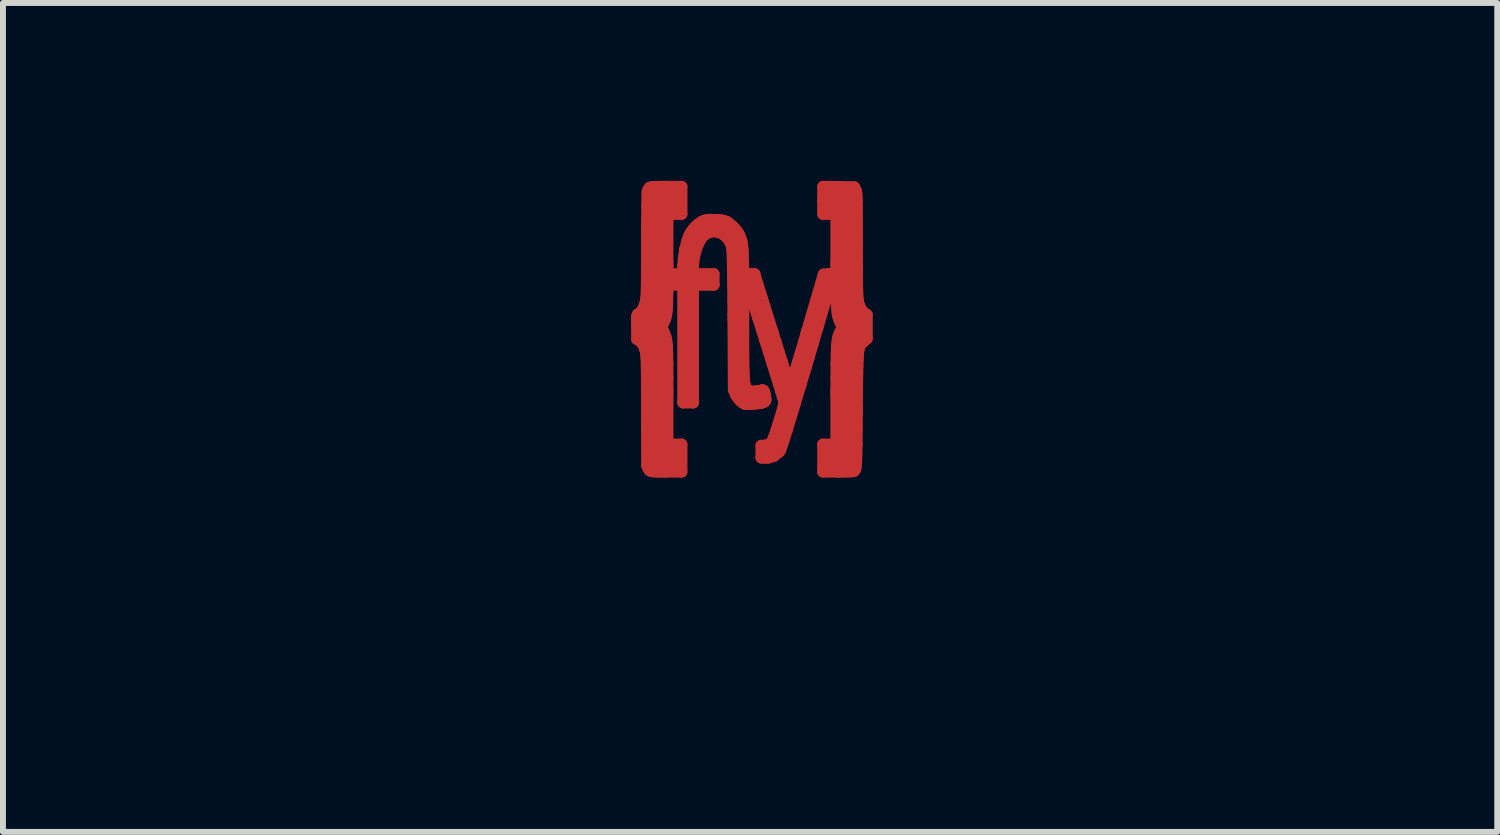
<source format=kicad_pcb>
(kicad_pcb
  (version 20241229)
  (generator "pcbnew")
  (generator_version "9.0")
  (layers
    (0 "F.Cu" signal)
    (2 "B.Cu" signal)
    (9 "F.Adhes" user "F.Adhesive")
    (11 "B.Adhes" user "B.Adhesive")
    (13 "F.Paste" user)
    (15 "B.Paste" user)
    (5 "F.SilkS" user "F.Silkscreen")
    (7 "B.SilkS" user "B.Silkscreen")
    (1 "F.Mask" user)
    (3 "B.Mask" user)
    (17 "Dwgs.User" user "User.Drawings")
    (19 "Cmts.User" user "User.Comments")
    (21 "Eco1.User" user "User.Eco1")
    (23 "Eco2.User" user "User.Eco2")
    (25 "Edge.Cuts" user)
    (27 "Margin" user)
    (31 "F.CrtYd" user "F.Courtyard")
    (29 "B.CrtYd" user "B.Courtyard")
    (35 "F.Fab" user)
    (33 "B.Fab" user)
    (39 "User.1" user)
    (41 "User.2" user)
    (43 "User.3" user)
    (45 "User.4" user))
  (footprint "SquashedFlyBrightCopper"
    (layer "F.Cu")
    (at 9.601 2.423)
    (property "Reference" "SquashedFlyBrightCopper" (at 0 4.71 0) (layer "F.Mask") (effects (font (size 1 1) (thickness 0.15))))
    (attr board_only exclude_from_pos_files exclude_from_bom)
    (fp_line (start -1.907 0.023) (end -1.907 0.039) (stroke (width 0.2) (type solid)) (layer "F.Cu"))
    (fp_line (start -1.907 0.039) (end -1.907 0.246) (stroke (width 0.2) (type solid)) (layer "F.Cu"))
    (fp_line (start -1.907 0.246) (end -1.872 0.263) (stroke (width 0.2) (type solid)) (layer "F.Cu"))
    (fp_line (start -1.907 -0.026) (end -1.907 0.023) (stroke (width 0.2) (type solid)) (layer "F.Cu"))
    (fp_line (start -1.906 -0.075) (end -1.907 -0.026) (stroke (width 0.2) (type solid)) (layer "F.Cu"))
    (fp_line (start -1.905 -0.113) (end -1.906 -0.075) (stroke (width 0.2) (type solid)) (layer "F.Cu"))
    (fp_line (start -1.903 -0.139) (end -1.905 -0.113) (stroke (width 0.2) (type solid)) (layer "F.Cu"))
    (fp_line (start -1.899 -0.156) (end -1.903 -0.139) (stroke (width 0.2) (type solid)) (layer "F.Cu"))
    (fp_line (start -1.894 -0.167) (end -1.899 -0.156) (stroke (width 0.2) (type solid)) (layer "F.Cu"))
    (fp_line (start -1.888 -0.174) (end -1.894 -0.167) (stroke (width 0.2) (type solid)) (layer "F.Cu"))
    (fp_line (start -1.881 -0.177) (end -1.888 -0.174) (stroke (width 0.2) (type solid)) (layer "F.Cu"))
    (fp_line (start -1.879 -0.177) (end -1.881 -0.177) (stroke (width 0.2) (type solid)) (layer "F.Cu"))
    (fp_line (start -1.872 0.263) (end -1.863 0.267) (stroke (width 0.2) (type solid)) (layer "F.Cu"))
    (fp_line (start -1.871 -0.18) (end -1.879 -0.177) (stroke (width 0.2) (type solid)) (layer "F.Cu"))
    (fp_line (start -1.863 0.267) (end -1.84 0.285) (stroke (width 0.2) (type solid)) (layer "F.Cu"))
    (fp_line (start -1.849 -0.197) (end -1.871 -0.18) (stroke (width 0.2) (type solid)) (layer "F.Cu"))
    (fp_line (start -1.84 0.285) (end -1.811 0.322) (stroke (width 0.2) (type solid)) (layer "F.Cu"))
    (fp_line (start -1.819 -0.234) (end -1.849 -0.197) (stroke (width 0.2) (type solid)) (layer "F.Cu"))
    (fp_line (start -1.811 0.322) (end -1.785 0.373) (stroke (width 0.2) (type solid)) (layer "F.Cu"))
    (fp_line (start -1.791 -0.288) (end -1.819 -0.234) (stroke (width 0.2) (type solid)) (layer "F.Cu"))
    (fp_line (start -1.785 0.373) (end -1.767 0.423) (stroke (width 0.2) (type solid)) (layer "F.Cu"))
    (fp_line (start -1.78 0.07) (end -1.71 0.32) (stroke (width 0.12) (type solid)) (layer "F.Cu"))
    (fp_line (start -1.772 -0.337) (end -1.791 -0.288) (stroke (width 0.2) (type solid)) (layer "F.Cu"))
    (fp_line (start -1.767 0.423) (end -1.762 0.439) (stroke (width 0.2) (type solid)) (layer "F.Cu"))
    (fp_line (start -1.766 -0.354) (end -1.772 -0.337) (stroke (width 0.2) (type solid)) (layer "F.Cu"))
    (fp_line (start -1.764 -0.361) (end -1.766 -0.354) (stroke (width 0.2) (type solid)) (layer "F.Cu"))
    (fp_line (start -1.762 0.439) (end -1.76 0.446) (stroke (width 0.2) (type solid)) (layer "F.Cu"))
    (fp_line (start -1.76 0.446) (end -1.756 0.468) (stroke (width 0.2) (type solid)) (layer "F.Cu"))
    (fp_line (start -1.758 -0.384) (end -1.764 -0.361) (stroke (width 0.2) (type solid)) (layer "F.Cu"))
    (fp_line (start -1.756 0.468) (end -1.751 0.51) (stroke (width 0.2) (type solid)) (layer "F.Cu"))
    (fp_line (start -1.752 -0.422) (end -1.758 -0.384) (stroke (width 0.2) (type solid)) (layer "F.Cu"))
    (fp_line (start -1.751 0.51) (end -1.747 0.572) (stroke (width 0.2) (type solid)) (layer "F.Cu"))
    (fp_line (start -1.747 -0.477) (end -1.752 -0.422) (stroke (width 0.2) (type solid)) (layer "F.Cu"))
    (fp_line (start -1.747 0.572) (end -1.744 0.661) (stroke (width 0.2) (type solid)) (layer "F.Cu"))
    (fp_line (start -1.744 -0.558) (end -1.747 -0.477) (stroke (width 0.2) (type solid)) (layer "F.Cu"))
    (fp_line (start -1.744 0.661) (end -1.742 0.784) (stroke (width 0.2) (type solid)) (layer "F.Cu"))
    (fp_line (start -1.742 0.784) (end -1.741 0.948) (stroke (width 0.2) (type solid)) (layer "F.Cu"))
    (fp_line (start -1.742 -0.674) (end -1.744 -0.558) (stroke (width 0.2) (type solid)) (layer "F.Cu"))
    (fp_line (start -1.741 0.948) (end -1.74 1.16) (stroke (width 0.2) (type solid)) (layer "F.Cu"))
    (fp_line (start -1.741 -0.834) (end -1.742 -0.674) (stroke (width 0.2) (type solid)) (layer "F.Cu"))
    (fp_line (start -1.74 -1.047) (end -1.741 -0.834) (stroke (width 0.2) (type solid)) (layer "F.Cu"))
    (fp_line (start -1.74 1.16) (end -1.74 1.361) (stroke (width 0.2) (type solid)) (layer "F.Cu"))
    (fp_line (start -1.74 -1.42) (end -1.74 -1.323) (stroke (width 0.2) (type solid)) (layer "F.Cu"))
    (fp_line (start -1.74 -1.323) (end -1.74 -1.254) (stroke (width 0.2) (type solid)) (layer "F.Cu"))
    (fp_line (start -1.74 -1.254) (end -1.74 -1.047) (stroke (width 0.2) (type solid)) (layer "F.Cu"))
    (fp_line (start -1.74 1.361) (end -1.74 1.428) (stroke (width 0.2) (type solid)) (layer "F.Cu"))
    (fp_line (start -1.74 1.428) (end -1.74 1.474) (stroke (width 0.2) (type solid)) (layer "F.Cu"))
    (fp_line (start -1.74 1.474) (end -1.74 1.612) (stroke (width 0.2) (type solid)) (layer "F.Cu"))
    (fp_line (start -1.74 1.612) (end -1.739 1.785) (stroke (width 0.2) (type solid)) (layer "F.Cu"))
    (fp_line (start -1.739 1.785) (end -1.738 1.944) (stroke (width 0.2) (type solid)) (layer "F.Cu"))
    (fp_line (start -1.739 -1.71) (end -1.74 -1.42) (stroke (width 0.2) (type solid)) (layer "F.Cu"))
    (fp_line (start -1.738 1.944) (end -1.737 2.084) (stroke (width 0.2) (type solid)) (layer "F.Cu"))
    (fp_line (start -1.737 2.084) (end -1.736 2.202) (stroke (width 0.2) (type solid)) (layer "F.Cu"))
    (fp_line (start -1.736 -1.995) (end -1.739 -1.71) (stroke (width 0.2) (type solid)) (layer "F.Cu"))
    (fp_line (start -1.736 2.202) (end -1.735 2.294) (stroke (width 0.2) (type solid)) (layer "F.Cu"))
    (fp_line (start -1.735 2.294) (end -1.733 2.355) (stroke (width 0.2) (type solid)) (layer "F.Cu"))
    (fp_line (start -1.733 2.355) (end -1.733 2.376) (stroke (width 0.2) (type solid)) (layer "F.Cu"))
    (fp_line (start -1.733 2.376) (end -1.732 2.382) (stroke (width 0.2) (type solid)) (layer "F.Cu"))
    (fp_line (start -1.732 -2.176) (end -1.736 -1.995) (stroke (width 0.2) (type solid)) (layer "F.Cu"))
    (fp_line (start -1.732 2.382) (end -1.731 2.388) (stroke (width 0.2) (type solid)) (layer "F.Cu"))
    (fp_line (start -1.731 2.388) (end -1.718 2.421) (stroke (width 0.2) (type solid)) (layer "F.Cu"))
    (fp_line (start -1.728 -2.243) (end -1.732 -2.176) (stroke (width 0.2) (type solid)) (layer "F.Cu"))
    (fp_line (start -1.726 -2.25) (end -1.728 -2.243) (stroke (width 0.2) (type solid)) (layer "F.Cu"))
    (fp_line (start -1.724 -2.255) (end -1.726 -2.25) (stroke (width 0.2) (type solid)) (layer "F.Cu"))
    (fp_line (start -1.718 2.421) (end -1.699 2.449) (stroke (width 0.2) (type solid)) (layer "F.Cu"))
    (fp_line (start -1.71 0.32) (end -1.67 -0.2) (stroke (width 0.12) (type solid)) (layer "F.Cu"))
    (fp_line (start -1.709 -2.282) (end -1.724 -2.255) (stroke (width 0.2) (type solid)) (layer "F.Cu"))
    (fp_line (start -1.699 2.449) (end -1.696 2.453) (stroke (width 0.2) (type solid)) (layer "F.Cu"))
    (fp_line (start -1.696 2.453) (end -1.691 2.458) (stroke (width 0.2) (type solid)) (layer "F.Cu"))
    (fp_line (start -1.692 -2.304) (end -1.709 -2.282) (stroke (width 0.2) (type solid)) (layer "F.Cu"))
    (fp_line (start -1.691 2.458) (end -1.675 2.469) (stroke (width 0.2) (type solid)) (layer "F.Cu"))
    (fp_line (start -1.689 -2.307) (end -1.692 -2.304) (stroke (width 0.2) (type solid)) (layer "F.Cu"))
    (fp_line (start -1.689 -2.307) (end -1.689 -2.307) (stroke (width 0.2) (type solid)) (layer "F.Cu"))
    (fp_line (start -1.684 -2.309) (end -1.689 -2.307) (stroke (width 0.2) (type solid)) (layer "F.Cu"))
    (fp_line (start -1.675 2.469) (end -1.635 2.478) (stroke (width 0.2) (type solid)) (layer "F.Cu"))
    (fp_line (start -1.67 -0.2) (end -1.67 0.61) (stroke (width 0.12) (type solid)) (layer "F.Cu"))
    (fp_line (start -1.664 -2.314) (end -1.684 -2.309) (stroke (width 0.2) (type solid)) (layer "F.Cu"))
    (fp_line (start -1.635 2.478) (end -1.556 2.482) (stroke (width 0.2) (type solid)) (layer "F.Cu"))
    (fp_line (start -1.62 -2.19) (end -1.6 2.38) (stroke (width 0.12) (type solid)) (layer "F.Cu"))
    (fp_line (start -1.612 -2.319) (end -1.664 -2.314) (stroke (width 0.2) (type solid)) (layer "F.Cu"))
    (fp_line (start -1.6 2.38) (end -1.28 2.35) (stroke (width 0.12) (type solid)) (layer "F.Cu"))
    (fp_line (start -1.556 2.482) (end -1.449 2.482) (stroke (width 0.2) (type solid)) (layer "F.Cu"))
    (fp_line (start -1.529 -2.322) (end -1.612 -2.319) (stroke (width 0.2) (type solid)) (layer "F.Cu"))
    (fp_line (start -1.52 -2.1) (end -1.46 -2) (stroke (width 0.12) (type solid)) (layer "F.Cu"))
    (fp_line (start -1.52 2.18) (end -1.52 -2.1) (stroke (width 0.12) (type solid)) (layer "F.Cu"))
    (fp_line (start -1.504 0.041) (end -1.469 -0.02) (stroke (width 0.2) (type solid)) (layer "F.Cu"))
    (fp_line (start -1.5 2.14) (end -1.5 2.28) (stroke (width 0.12) (type solid)) (layer "F.Cu"))
    (fp_line (start -1.5 2.28) (end -1.35 2.24) (stroke (width 0.12) (type solid)) (layer "F.Cu"))
    (fp_line (start -1.47 -2.2) (end -1.62 -2.19) (stroke (width 0.12) (type solid)) (layer "F.Cu"))
    (fp_line (start -1.469 -0.02) (end -1.463 -0.032) (stroke (width 0.2) (type solid)) (layer "F.Cu"))
    (fp_line (start -1.469 0.109) (end -1.504 0.041) (stroke (width 0.2) (type solid)) (layer "F.Cu"))
    (fp_line (start -1.463 -0.032) (end -1.445 -0.067) (stroke (width 0.2) (type solid)) (layer "F.Cu"))
    (fp_line (start -1.463 0.121) (end -1.469 0.109) (stroke (width 0.2) (type solid)) (layer "F.Cu"))
    (fp_line (start -1.46 -2) (end -1.78 0.07) (stroke (width 0.12) (type solid)) (layer "F.Cu"))
    (fp_line (start -1.45 2.21) (end -1.52 2.18) (stroke (width 0.12) (type solid)) (layer "F.Cu"))
    (fp_line (start -1.449 2.482) (end -1.414 2.482) (stroke (width 0.2) (type solid)) (layer "F.Cu"))
    (fp_line (start -1.445 -0.067) (end -1.427 -0.116) (stroke (width 0.2) (type solid)) (layer "F.Cu"))
    (fp_line (start -1.445 0.159) (end -1.463 0.121) (stroke (width 0.2) (type solid)) (layer "F.Cu"))
    (fp_line (start -1.44 -2.323) (end -1.529 -2.322) (stroke (width 0.2) (type solid)) (layer "F.Cu"))
    (fp_line (start -1.427 -0.116) (end -1.413 -0.179) (stroke (width 0.2) (type solid)) (layer "F.Cu"))
    (fp_line (start -1.426 0.211) (end -1.445 0.159) (stroke (width 0.2) (type solid)) (layer "F.Cu"))
    (fp_line (start -1.414 2.482) (end -1.157 2.482) (stroke (width 0.2) (type solid)) (layer "F.Cu"))
    (fp_line (start -1.413 -0.179) (end -1.404 -0.265) (stroke (width 0.2) (type solid)) (layer "F.Cu"))
    (fp_line (start -1.413 0.275) (end -1.426 0.211) (stroke (width 0.2) (type solid)) (layer "F.Cu"))
    (fp_line (start -1.411 -2.323) (end -1.44 -2.323) (stroke (width 0.2) (type solid)) (layer "F.Cu"))
    (fp_line (start -1.404 -0.265) (end -1.398 -0.386) (stroke (width 0.2) (type solid)) (layer "F.Cu"))
    (fp_line (start -1.403 0.363) (end -1.413 0.275) (stroke (width 0.2) (type solid)) (layer "F.Cu"))
    (fp_line (start -1.398 -0.386) (end -1.395 -0.553) (stroke (width 0.2) (type solid)) (layer "F.Cu"))
    (fp_line (start -1.398 0.487) (end -1.403 0.363) (stroke (width 0.2) (type solid)) (layer "F.Cu"))
    (fp_line (start -1.395 -0.553) (end -1.393 -0.775) (stroke (width 0.2) (type solid)) (layer "F.Cu"))
    (fp_line (start -1.394 0.658) (end -1.398 0.487) (stroke (width 0.2) (type solid)) (layer "F.Cu"))
    (fp_line (start -1.393 -0.775) (end -1.393 -0.991) (stroke (width 0.2) (type solid)) (layer "F.Cu"))
    (fp_line (start -1.393 0.887) (end -1.394 0.658) (stroke (width 0.2) (type solid)) (layer "F.Cu"))
    (fp_line (start -1.393 -1.865) (end -1.157 -1.865) (stroke (width 0.2) (type solid)) (layer "F.Cu"))
    (fp_line (start -1.393 -1.063) (end -1.393 -1.865) (stroke (width 0.2) (type solid)) (layer "F.Cu"))
    (fp_line (start -1.393 -0.991) (end -1.393 -1.063) (stroke (width 0.2) (type solid)) (layer "F.Cu"))
    (fp_line (start -1.393 1.112) (end -1.393 0.887) (stroke (width 0.2) (type solid)) (layer "F.Cu"))
    (fp_line (start -1.393 1.187) (end -1.393 1.112) (stroke (width 0.2) (type solid)) (layer "F.Cu"))
    (fp_line (start -1.393 2.024) (end -1.393 1.187) (stroke (width 0.2) (type solid)) (layer "F.Cu"))
    (fp_line (start -1.39 -1.95) (end -1.47 -2.2) (stroke (width 0.12) (type solid)) (layer "F.Cu"))
    (fp_line (start -1.38 -2.29) (end -1.39 -1.95) (stroke (width 0.12) (type solid)) (layer "F.Cu"))
    (fp_line (start -1.351 -0.851) (end -1.351 -0.67) (stroke (width 0.2) (type solid)) (layer "F.Cu"))
    (fp_line (start -1.351 -0.67) (end -1.129 -0.67) (stroke (width 0.2) (type solid)) (layer "F.Cu"))
    (fp_line (start -1.35 2.24) (end -1.45 2.21) (stroke (width 0.12) (type solid)) (layer "F.Cu"))
    (fp_line (start -1.29 -2.27) (end -1.29 -1.98) (stroke (width 0.12) (type solid)) (layer "F.Cu"))
    (fp_line (start -1.29 -1.98) (end -1.38 -2.29) (stroke (width 0.12) (type solid)) (layer "F.Cu"))
    (fp_line (start -1.28 2.14) (end -1.5 2.14) (stroke (width 0.12) (type solid)) (layer "F.Cu"))
    (fp_line (start -1.28 2.35) (end -1.28 2.14) (stroke (width 0.12) (type solid)) (layer "F.Cu"))
    (fp_line (start -1.157 -2.323) (end -1.411 -2.323) (stroke (width 0.2) (type solid)) (layer "F.Cu"))
    (fp_line (start -1.157 -1.865) (end -1.157 -2.323) (stroke (width 0.2) (type solid)) (layer "F.Cu"))
    (fp_line (start -1.157 2.024) (end -1.393 2.024) (stroke (width 0.2) (type solid)) (layer "F.Cu"))
    (fp_line (start -1.157 2.482) (end -1.157 2.024) (stroke (width 0.2) (type solid)) (layer "F.Cu"))
    (fp_line (start -1.129 -0.987) (end -1.129 -0.945) (stroke (width 0.2) (type solid)) (layer "F.Cu"))
    (fp_line (start -1.129 -0.945) (end -1.129 -0.851) (stroke (width 0.2) (type solid)) (layer "F.Cu"))
    (fp_line (start -1.129 -0.851) (end -1.351 -0.851) (stroke (width 0.2) (type solid)) (layer "F.Cu"))
    (fp_line (start -1.129 -0.67) (end -1.129 1.316) (stroke (width 0.2) (type solid)) (layer "F.Cu"))
    (fp_line (start -1.129 1.316) (end -0.962 1.316) (stroke (width 0.2) (type solid)) (layer "F.Cu"))
    (fp_line (start -1.12 -1.111) (end -1.129 -0.987) (stroke (width 0.2) (type solid)) (layer "F.Cu"))
    (fp_line (start -1.095 -1.273) (end -1.12 -1.111) (stroke (width 0.2) (type solid)) (layer "F.Cu"))
    (fp_line (start -1.057 -1.418) (end -1.095 -1.273) (stroke (width 0.2) (type solid)) (layer "F.Cu"))
    (fp_line (start -1.04 -0.91) (end -0.88 -1.55) (stroke (width 0.12) (type solid)) (layer "F.Cu"))
    (fp_line (start -1.03 -0.5) (end -1.04 -0.91) (stroke (width 0.12) (type solid)) (layer "F.Cu"))
    (fp_line (start -1.023 -1.505) (end -1.057 -1.418) (stroke (width 0.2) (type solid)) (layer "F.Cu"))
    (fp_line (start -1.008 -1.532) (end -1.023 -1.505) (stroke (width 0.2) (type solid)) (layer "F.Cu"))
    (fp_line (start -0.999 -1.549) (end -1.008 -1.532) (stroke (width 0.2) (type solid)) (layer "F.Cu"))
    (fp_line (start -0.965 -1.597) (end -0.999 -1.549) (stroke (width 0.2) (type solid)) (layer "F.Cu"))
    (fp_line (start -0.962 -0.999) (end -0.947 -1.133) (stroke (width 0.2) (type solid)) (layer "F.Cu"))
    (fp_line (start -0.962 -0.954) (end -0.962 -0.999) (stroke (width 0.2) (type solid)) (layer "F.Cu"))
    (fp_line (start -0.962 -0.851) (end -0.962 -0.954) (stroke (width 0.2) (type solid)) (layer "F.Cu"))
    (fp_line (start -0.962 -0.67) (end -0.615 -0.67) (stroke (width 0.2) (type solid)) (layer "F.Cu"))
    (fp_line (start -0.962 1.316) (end -0.962 -0.67) (stroke (width 0.2) (type solid)) (layer "F.Cu"))
    (fp_line (start -0.947 -1.133) (end -0.903 -1.298) (stroke (width 0.2) (type solid)) (layer "F.Cu"))
    (fp_line (start -0.916 -1.653) (end -0.965 -1.597) (stroke (width 0.2) (type solid)) (layer "F.Cu"))
    (fp_line (start -0.903 -1.298) (end -0.839 -1.434) (stroke (width 0.2) (type solid)) (layer "F.Cu"))
    (fp_line (start -0.88 -1.55) (end -0.66 -1.66) (stroke (width 0.12) (type solid)) (layer "F.Cu"))
    (fp_line (start -0.861 -1.7) (end -0.916 -1.653) (stroke (width 0.2) (type solid)) (layer "F.Cu"))
    (fp_line (start -0.839 -1.434) (end -0.782 -1.506) (stroke (width 0.2) (type solid)) (layer "F.Cu"))
    (fp_line (start -0.818 -1.728) (end -0.861 -1.7) (stroke (width 0.2) (type solid)) (layer "F.Cu"))
    (fp_line (start -0.802 -1.736) (end -0.818 -1.728) (stroke (width 0.2) (type solid)) (layer "F.Cu"))
    (fp_line (start -0.802 -1.736) (end -0.802 -1.736) (stroke (width 0.2) (type solid)) (layer "F.Cu"))
    (fp_line (start -0.792 -1.74) (end -0.802 -1.736) (stroke (width 0.2) (type solid)) (layer "F.Cu"))
    (fp_line (start -0.782 -1.506) (end -0.758 -1.523) (stroke (width 0.2) (type solid)) (layer "F.Cu"))
    (fp_line (start -0.761 -1.753) (end -0.792 -1.74) (stroke (width 0.2) (type solid)) (layer "F.Cu"))
    (fp_line (start -0.758 -1.523) (end -0.744 -1.533) (stroke (width 0.2) (type solid)) (layer "F.Cu"))
    (fp_line (start -0.744 -1.533) (end -0.695 -1.556) (stroke (width 0.2) (type solid)) (layer "F.Cu"))
    (fp_line (start -0.722 -1.763) (end -0.761 -1.753) (stroke (width 0.2) (type solid)) (layer "F.Cu"))
    (fp_line (start -0.695 -1.556) (end -0.629 -1.571) (stroke (width 0.2) (type solid)) (layer "F.Cu"))
    (fp_line (start -0.671 -1.766) (end -0.722 -1.763) (stroke (width 0.2) (type solid)) (layer "F.Cu"))
    (fp_line (start -0.66 -1.66) (end -0.53 -1.73) (stroke (width 0.12) (type solid)) (layer "F.Cu"))
    (fp_line (start -0.629 -1.571) (end -0.563 -1.568) (stroke (width 0.2) (type solid)) (layer "F.Cu"))
    (fp_line (start -0.615 -0.851) (end -0.962 -0.851) (stroke (width 0.2) (type solid)) (layer "F.Cu"))
    (fp_line (start -0.615 -0.67) (end -0.615 -0.851) (stroke (width 0.2) (type solid)) (layer "F.Cu"))
    (fp_line (start -0.613 -1.764) (end -0.671 -1.766) (stroke (width 0.2) (type solid)) (layer "F.Cu"))
    (fp_line (start -0.594 -1.763) (end -0.613 -1.764) (stroke (width 0.2) (type solid)) (layer "F.Cu"))
    (fp_line (start -0.577 -1.763) (end -0.594 -1.763) (stroke (width 0.2) (type solid)) (layer "F.Cu"))
    (fp_line (start -0.563 -1.568) (end -0.499 -1.549) (stroke (width 0.2) (type solid)) (layer "F.Cu"))
    (fp_line (start -0.53 -1.73) (end -0.33 -1.53) (stroke (width 0.12) (type solid)) (layer "F.Cu"))
    (fp_line (start -0.524 -1.76) (end -0.577 -1.763) (stroke (width 0.2) (type solid)) (layer "F.Cu"))
    (fp_line (start -0.499 -1.549) (end -0.439 -1.514) (stroke (width 0.2) (type solid)) (layer "F.Cu"))
    (fp_line (start -0.471 -1.754) (end -0.524 -1.76) (stroke (width 0.2) (type solid)) (layer "F.Cu"))
    (fp_line (start -0.439 -1.514) (end -0.386 -1.464) (stroke (width 0.2) (type solid)) (layer "F.Cu"))
    (fp_line (start -0.431 -1.744) (end -0.471 -1.754) (stroke (width 0.2) (type solid)) (layer "F.Cu"))
    (fp_line (start -0.404 -1.733) (end -0.431 -1.744) (stroke (width 0.2) (type solid)) (layer "F.Cu"))
    (fp_line (start -0.396 -1.729) (end -0.404 -1.733) (stroke (width 0.2) (type solid)) (layer "F.Cu"))
    (fp_line (start -0.386 -1.464) (end -0.341 -1.4) (stroke (width 0.2) (type solid)) (layer "F.Cu"))
    (fp_line (start -0.38 -1.721) (end -0.396 -1.729) (stroke (width 0.2) (type solid)) (layer "F.Cu"))
    (fp_line (start -0.341 -1.4) (end -0.313 -1.343) (stroke (width 0.2) (type solid)) (layer "F.Cu"))
    (fp_line (start -0.336 -1.69) (end -0.38 -1.721) (stroke (width 0.2) (type solid)) (layer "F.Cu"))
    (fp_line (start -0.33 -1.53) (end -0.18 1.11) (stroke (width 0.12) (type solid)) (layer "F.Cu"))
    (fp_line (start -0.313 -1.343) (end -0.307 -1.323) (stroke (width 0.2) (type solid)) (layer "F.Cu"))
    (fp_line (start -0.307 -1.323) (end -0.304 -1.317) (stroke (width 0.2) (type solid)) (layer "F.Cu"))
    (fp_line (start -0.304 -1.317) (end -0.302 -1.296) (stroke (width 0.2) (type solid)) (layer "F.Cu"))
    (fp_line (start -0.302 -1.296) (end -0.298 -1.237) (stroke (width 0.2) (type solid)) (layer "F.Cu"))
    (fp_line (start -0.298 -1.237) (end -0.295 -1.146) (stroke (width 0.2) (type solid)) (layer "F.Cu"))
    (fp_line (start -0.295 -1.146) (end -0.292 -1.019) (stroke (width 0.2) (type solid)) (layer "F.Cu"))
    (fp_line (start -0.292 -1.019) (end -0.289 -0.852) (stroke (width 0.2) (type solid)) (layer "F.Cu"))
    (fp_line (start -0.289 -0.852) (end -0.286 -0.643) (stroke (width 0.2) (type solid)) (layer "F.Cu"))
    (fp_line (start -0.286 -0.643) (end -0.284 -0.389) (stroke (width 0.2) (type solid)) (layer "F.Cu"))
    (fp_line (start -0.284 -0.389) (end -0.282 -0.163) (stroke (width 0.2) (type solid)) (layer "F.Cu"))
    (fp_line (start -0.282 -0.163) (end -0.282 -0.087) (stroke (width 0.2) (type solid)) (layer "F.Cu"))
    (fp_line (start -0.282 -0.087) (end -0.275 1.1) (stroke (width 0.2) (type solid)) (layer "F.Cu"))
    (fp_line (start -0.28 -1.64) (end -0.336 -1.69) (stroke (width 0.2) (type solid)) (layer "F.Cu"))
    (fp_line (start -0.275 1.1) (end -0.241 1.174) (stroke (width 0.2) (type solid)) (layer "F.Cu"))
    (fp_line (start -0.241 1.174) (end -0.235 1.189) (stroke (width 0.2) (type solid)) (layer "F.Cu"))
    (fp_line (start -0.235 1.189) (end -0.209 1.231) (stroke (width 0.2) (type solid)) (layer "F.Cu"))
    (fp_line (start -0.231 -1.582) (end -0.28 -1.64) (stroke (width 0.2) (type solid)) (layer "F.Cu"))
    (fp_line (start -0.209 1.231) (end -0.168 1.28) (stroke (width 0.2) (type solid)) (layer "F.Cu"))
    (fp_line (start -0.201 -1.537) (end -0.231 -1.582) (stroke (width 0.2) (type solid)) (layer "F.Cu"))
    (fp_line (start -0.193 -1.52) (end -0.201 -1.537) (stroke (width 0.2) (type solid)) (layer "F.Cu"))
    (fp_line (start -0.189 -1.514) (end -0.193 -1.52) (stroke (width 0.2) (type solid)) (layer "F.Cu"))
    (fp_line (start -0.18 1.11) (end 0 1.27) (stroke (width 0.12) (type solid)) (layer "F.Cu"))
    (fp_line (start -0.179 -1.493) (end -0.189 -1.514) (stroke (width 0.2) (type solid)) (layer "F.Cu"))
    (fp_line (start -0.168 1.28) (end -0.123 1.318) (stroke (width 0.2) (type solid)) (layer "F.Cu"))
    (fp_line (start -0.168 -1.467) (end -0.179 -1.493) (stroke (width 0.2) (type solid)) (layer "F.Cu"))
    (fp_line (start -0.157 -1.44) (end -0.168 -1.467) (stroke (width 0.2) (type solid)) (layer "F.Cu"))
    (fp_line (start -0.148 -1.41) (end -0.157 -1.44) (stroke (width 0.2) (type solid)) (layer "F.Cu"))
    (fp_line (start -0.141 -1.375) (end -0.148 -1.41) (stroke (width 0.2) (type solid)) (layer "F.Cu"))
    (fp_line (start -0.135 -1.333) (end -0.141 -1.375) (stroke (width 0.2) (type solid)) (layer "F.Cu"))
    (fp_line (start -0.129 -1.283) (end -0.135 -1.333) (stroke (width 0.2) (type solid)) (layer "F.Cu"))
    (fp_line (start -0.125 -1.223) (end -0.129 -1.283) (stroke (width 0.2) (type solid)) (layer "F.Cu"))
    (fp_line (start -0.123 1.318) (end -0.091 1.335) (stroke (width 0.2) (type solid)) (layer "F.Cu"))
    (fp_line (start -0.122 -1.151) (end -0.125 -1.223) (stroke (width 0.2) (type solid)) (layer "F.Cu"))
    (fp_line (start -0.119 -1.064) (end -0.122 -1.151) (stroke (width 0.2) (type solid)) (layer "F.Cu"))
    (fp_line (start -0.118 -0.962) (end -0.119 -1.064) (stroke (width 0.2) (type solid)) (layer "F.Cu"))
    (fp_line (start -0.116 -0.841) (end -0.118 -0.962) (stroke (width 0.2) (type solid)) (layer "F.Cu"))
    (fp_line (start -0.116 -0.701) (end -0.116 -0.841) (stroke (width 0.2) (type solid)) (layer "F.Cu"))
    (fp_line (start -0.115 -0.54) (end -0.116 -0.701) (stroke (width 0.2) (type solid)) (layer "F.Cu"))
    (fp_line (start -0.115 -0.355) (end -0.115 -0.54) (stroke (width 0.2) (type solid)) (layer "F.Cu"))
    (fp_line (start -0.115 -0.198) (end -0.115 -0.355) (stroke (width 0.2) (type solid)) (layer "F.Cu"))
    (fp_line (start -0.115 -0.145) (end -0.115 -0.198) (stroke (width 0.2) (type solid)) (layer "F.Cu"))
    (fp_line (start -0.115 -0.093) (end -0.115 -0.145) (stroke (width 0.2) (type solid)) (layer "F.Cu"))
    (fp_line (start -0.115 0.066) (end -0.115 -0.093) (stroke (width 0.2) (type solid)) (layer "F.Cu"))
    (fp_line (start -0.115 0.25) (end -0.115 0.066) (stroke (width 0.2) (type solid)) (layer "F.Cu"))
    (fp_line (start -0.115 0.41) (end -0.115 0.25) (stroke (width 0.2) (type solid)) (layer "F.Cu"))
    (fp_line (start -0.114 0.548) (end -0.115 0.41) (stroke (width 0.2) (type solid)) (layer "F.Cu"))
    (fp_line (start -0.113 0.664) (end -0.114 0.548) (stroke (width 0.2) (type solid)) (layer "F.Cu"))
    (fp_line (start -0.111 0.762) (end -0.113 0.664) (stroke (width 0.2) (type solid)) (layer "F.Cu"))
    (fp_line (start -0.108 0.842) (end -0.111 0.762) (stroke (width 0.2) (type solid)) (layer "F.Cu"))
    (fp_line (start -0.105 0.908) (end -0.108 0.842) (stroke (width 0.2) (type solid)) (layer "F.Cu"))
    (fp_line (start -0.101 0.96) (end -0.105 0.908) (stroke (width 0.2) (type solid)) (layer "F.Cu"))
    (fp_line (start -0.097 -0.832) (end -0.096 -0.83) (stroke (width 0.2) (type solid)) (layer "F.Cu"))
    (fp_line (start -0.096 -0.84) (end -0.097 -0.832) (stroke (width 0.2) (type solid)) (layer "F.Cu"))
    (fp_line (start -0.096 -0.83) (end -0.096 -0.83) (stroke (width 0.2) (type solid)) (layer "F.Cu"))
    (fp_line (start -0.096 -0.83) (end -0.092 -0.82) (stroke (width 0.2) (type solid)) (layer "F.Cu"))
    (fp_line (start -0.095 1) (end -0.101 0.96) (stroke (width 0.2) (type solid)) (layer "F.Cu"))
    (fp_line (start -0.092 -0.82) (end -0.081 -0.789) (stroke (width 0.2) (type solid)) (layer "F.Cu"))
    (fp_line (start -0.091 1.335) (end -0.079 1.338) (stroke (width 0.2) (type solid)) (layer "F.Cu"))
    (fp_line (start -0.089 1.031) (end -0.095 1) (stroke (width 0.2) (type solid)) (layer "F.Cu"))
    (fp_line (start -0.086 -0.847) (end -0.096 -0.84) (stroke (width 0.2) (type solid)) (layer "F.Cu"))
    (fp_line (start -0.081 -0.789) (end -0.055 -0.709) (stroke (width 0.2) (type solid)) (layer "F.Cu"))
    (fp_line (start -0.081 1.055) (end -0.089 1.031) (stroke (width 0.2) (type solid)) (layer "F.Cu"))
    (fp_line (start -0.079 1.338) (end -0.067 1.341) (stroke (width 0.2) (type solid)) (layer "F.Cu"))
    (fp_line (start -0.072 1.072) (end -0.081 1.055) (stroke (width 0.2) (type solid)) (layer "F.Cu"))
    (fp_line (start -0.07 1.23) (end 0.17 1.23) (stroke (width 0.12) (type solid)) (layer "F.Cu"))
    (fp_line (start -0.067 1.341) (end -0.023 1.342) (stroke (width 0.2) (type solid)) (layer "F.Cu"))
    (fp_line (start -0.061 1.086) (end -0.072 1.072) (stroke (width 0.2) (type solid)) (layer "F.Cu"))
    (fp_line (start -0.06 -0.85) (end -0.086 -0.847) (stroke (width 0.2) (type solid)) (layer "F.Cu"))
    (fp_line (start -0.055 -0.709) (end -0.018 -0.595) (stroke (width 0.2) (type solid)) (layer "F.Cu"))
    (fp_line (start -0.049 1.097) (end -0.061 1.086) (stroke (width 0.2) (type solid)) (layer "F.Cu"))
    (fp_line (start -0.038 1.106) (end -0.049 1.097) (stroke (width 0.2) (type solid)) (layer "F.Cu"))
    (fp_line (start -0.034 1.109) (end -0.038 1.106) (stroke (width 0.2) (type solid)) (layer "F.Cu"))
    (fp_line (start -0.029 1.113) (end -0.034 1.109) (stroke (width 0.2) (type solid)) (layer "F.Cu"))
    (fp_line (start -0.027 -0.851) (end -0.06 -0.85) (stroke (width 0.2) (type solid)) (layer "F.Cu"))
    (fp_line (start -0.023 1.342) (end 0.058 1.339) (stroke (width 0.2) (type solid)) (layer "F.Cu"))
    (fp_line (start -0.018 -0.595) (end 0.027 -0.453) (stroke (width 0.2) (type solid)) (layer "F.Cu"))
    (fp_line (start -0.016 -0.851) (end -0.027 -0.851) (stroke (width 0.2) (type solid)) (layer "F.Cu"))
    (fp_line (start -0.012 1.123) (end -0.029 1.113) (stroke (width 0.2) (type solid)) (layer "F.Cu"))
    (fp_line (start 0 1.27) (end -0.07 1.23) (stroke (width 0.12) (type solid)) (layer "F.Cu"))
    (fp_line (start 0.01 1.131) (end -0.012 1.123) (stroke (width 0.2) (type solid)) (layer "F.Cu"))
    (fp_line (start 0.027 -0.453) (end 0.079 -0.29) (stroke (width 0.2) (type solid)) (layer "F.Cu"))
    (fp_line (start 0.039 1.133) (end 0.01 1.131) (stroke (width 0.2) (type solid)) (layer "F.Cu"))
    (fp_line (start 0.058 1.339) (end 0.142 1.328) (stroke (width 0.2) (type solid)) (layer "F.Cu"))
    (fp_line (start 0.069 1.132) (end 0.039 1.133) (stroke (width 0.2) (type solid)) (layer "F.Cu"))
    (fp_line (start 0.073 -0.851) (end -0.016 -0.851) (stroke (width 0.2) (type solid)) (layer "F.Cu"))
    (fp_line (start 0.079 -0.29) (end 0.136 -0.11) (stroke (width 0.2) (type solid)) (layer "F.Cu"))
    (fp_line (start 0.079 1.131) (end 0.069 1.132) (stroke (width 0.2) (type solid)) (layer "F.Cu"))
    (fp_line (start 0.09 1.13) (end 0.079 1.131) (stroke (width 0.2) (type solid)) (layer "F.Cu"))
    (fp_line (start 0.136 -0.11) (end 0.196 0.08) (stroke (width 0.2) (type solid)) (layer "F.Cu"))
    (fp_line (start 0.142 1.328) (end 0.192 1.319) (stroke (width 0.2) (type solid)) (layer "F.Cu"))
    (fp_line (start 0.144 1.123) (end 0.09 1.13) (stroke (width 0.2) (type solid)) (layer "F.Cu"))
    (fp_line (start 0.17 1.23) (end 0.17 1.27) (stroke (width 0.12) (type solid)) (layer "F.Cu"))
    (fp_line (start 0.17 1.27) (end 0.26 1.18) (stroke (width 0.12) (type solid)) (layer "F.Cu"))
    (fp_line (start 0.187 1.115) (end 0.144 1.123) (stroke (width 0.2) (type solid)) (layer "F.Cu"))
    (fp_line (start 0.191 2.045) (end 0.191 2.246) (stroke (width 0.2) (type solid)) (layer "F.Cu"))
    (fp_line (start 0.191 2.246) (end 0.271 2.246) (stroke (width 0.2) (type solid)) (layer "F.Cu"))
    (fp_line (start 0.192 1.114) (end 0.187 1.115) (stroke (width 0.2) (type solid)) (layer "F.Cu"))
    (fp_line (start 0.192 1.319) (end 0.209 1.314) (stroke (width 0.2) (type solid)) (layer "F.Cu"))
    (fp_line (start 0.196 0.08) (end 0.257 0.275) (stroke (width 0.2) (type solid)) (layer "F.Cu"))
    (fp_line (start 0.197 1.113) (end 0.192 1.114) (stroke (width 0.2) (type solid)) (layer "F.Cu"))
    (fp_line (start 0.209 1.314) (end 0.213 1.313) (stroke (width 0.2) (type solid)) (layer "F.Cu"))
    (fp_line (start 0.213 1.11) (end 0.197 1.113) (stroke (width 0.2) (type solid)) (layer "F.Cu"))
    (fp_line (start 0.213 1.313) (end 0.227 1.307) (stroke (width 0.2) (type solid)) (layer "F.Cu"))
    (fp_line (start 0.226 1.116) (end 0.213 1.11) (stroke (width 0.2) (type solid)) (layer "F.Cu"))
    (fp_line (start 0.227 1.307) (end 0.242 1.3) (stroke (width 0.2) (type solid)) (layer "F.Cu"))
    (fp_line (start 0.235 1.137) (end 0.226 1.116) (stroke (width 0.2) (type solid)) (layer "F.Cu"))
    (fp_line (start 0.242 1.3) (end 0.251 1.291) (stroke (width 0.2) (type solid)) (layer "F.Cu"))
    (fp_line (start 0.242 1.167) (end 0.235 1.137) (stroke (width 0.2) (type solid)) (layer "F.Cu"))
    (fp_line (start 0.245 1.177) (end 0.242 1.167) (stroke (width 0.2) (type solid)) (layer "F.Cu"))
    (fp_line (start 0.246 2.043) (end 0.191 2.045) (stroke (width 0.2) (type solid)) (layer "F.Cu"))
    (fp_line (start 0.247 1.186) (end 0.245 1.177) (stroke (width 0.2) (type solid)) (layer "F.Cu"))
    (fp_line (start 0.251 1.291) (end 0.257 1.279) (stroke (width 0.2) (type solid)) (layer "F.Cu"))
    (fp_line (start 0.252 1.213) (end 0.247 1.186) (stroke (width 0.2) (type solid)) (layer "F.Cu"))
    (fp_line (start 0.257 1.279) (end 0.259 1.263) (stroke (width 0.2) (type solid)) (layer "F.Cu"))
    (fp_line (start 0.257 0.275) (end 0.318 0.469) (stroke (width 0.2) (type solid)) (layer "F.Cu"))
    (fp_line (start 0.257 1.242) (end 0.252 1.213) (stroke (width 0.2) (type solid)) (layer "F.Cu"))
    (fp_line (start 0.259 1.263) (end 0.257 1.242) (stroke (width 0.2) (type solid)) (layer "F.Cu"))
    (fp_line (start 0.259 2.043) (end 0.246 2.043) (stroke (width 0.2) (type solid)) (layer "F.Cu"))
    (fp_line (start 0.271 2.246) (end 0.303 2.246) (stroke (width 0.2) (type solid)) (layer "F.Cu"))
    (fp_line (start 0.29 2.14) (end 0.48 2) (stroke (width 0.12) (type solid)) (layer "F.Cu"))
    (fp_line (start 0.298 2.035) (end 0.259 2.043) (stroke (width 0.2) (type solid)) (layer "F.Cu"))
    (fp_line (start 0.303 2.246) (end 0.401 2.217) (stroke (width 0.2) (type solid)) (layer "F.Cu"))
    (fp_line (start 0.318 0.469) (end 0.376 0.656) (stroke (width 0.2) (type solid)) (layer "F.Cu"))
    (fp_line (start 0.339 2.014) (end 0.298 2.035) (stroke (width 0.2) (type solid)) (layer "F.Cu"))
    (fp_line (start 0.37 0.1) (end 0.073 -0.851) (stroke (width 0.2) (type solid)) (layer "F.Cu"))
    (fp_line (start 0.371 1.975) (end 0.339 2.014) (stroke (width 0.2) (type solid)) (layer "F.Cu"))
    (fp_line (start 0.376 0.656) (end 0.431 0.83) (stroke (width 0.2) (type solid)) (layer "F.Cu"))
    (fp_line (start 0.385 0.148) (end 0.37 0.1) (stroke (width 0.2) (type solid)) (layer "F.Cu"))
    (fp_line (start 0.393 1.932) (end 0.371 1.975) (stroke (width 0.2) (type solid)) (layer "F.Cu"))
    (fp_line (start 0.399 1.917) (end 0.393 1.932) (stroke (width 0.2) (type solid)) (layer "F.Cu"))
    (fp_line (start 0.401 2.217) (end 0.485 2.148) (stroke (width 0.2) (type solid)) (layer "F.Cu"))
    (fp_line (start 0.405 1.901) (end 0.399 1.917) (stroke (width 0.2) (type solid)) (layer "F.Cu"))
    (fp_line (start 0.41 2.04) (end 0.29 2.14) (stroke (width 0.12) (type solid)) (layer "F.Cu"))
    (fp_line (start 0.421 1.854) (end 0.405 1.901) (stroke (width 0.2) (type solid)) (layer "F.Cu"))
    (fp_line (start 0.43 0.292) (end 0.385 0.148) (stroke (width 0.2) (type solid)) (layer "F.Cu"))
    (fp_line (start 0.431 0.83) (end 0.48 0.987) (stroke (width 0.2) (type solid)) (layer "F.Cu"))
    (fp_line (start 0.448 1.771) (end 0.421 1.854) (stroke (width 0.2) (type solid)) (layer "F.Cu"))
    (fp_line (start 0.478 1.677) (end 0.448 1.771) (stroke (width 0.2) (type solid)) (layer "F.Cu"))
    (fp_line (start 0.48 0.987) (end 0.521 1.12) (stroke (width 0.2) (type solid)) (layer "F.Cu"))
    (fp_line (start 0.485 2.148) (end 0.499 2.128) (stroke (width 0.2) (type solid)) (layer "F.Cu"))
    (fp_line (start 0.486 0.471) (end 0.43 0.292) (stroke (width 0.2) (type solid)) (layer "F.Cu"))
    (fp_line (start 0.499 2.128) (end 0.504 2.121) (stroke (width 0.2) (type solid)) (layer "F.Cu"))
    (fp_line (start 0.504 2.121) (end 0.514 2.097) (stroke (width 0.2) (type solid)) (layer "F.Cu"))
    (fp_line (start 0.508 1.579) (end 0.478 1.677) (stroke (width 0.2) (type solid)) (layer "F.Cu"))
    (fp_line (start 0.514 2.097) (end 0.538 2.03) (stroke (width 0.2) (type solid)) (layer "F.Cu"))
    (fp_line (start 0.521 1.12) (end 0.552 1.223) (stroke (width 0.2) (type solid)) (layer "F.Cu"))
    (fp_line (start 0.536 1.486) (end 0.508 1.579) (stroke (width 0.2) (type solid)) (layer "F.Cu"))
    (fp_line (start 0.537 0.633) (end 0.486 0.471) (stroke (width 0.2) (type solid)) (layer "F.Cu"))
    (fp_line (start 0.538 2.03) (end 0.574 1.924) (stroke (width 0.2) (type solid)) (layer "F.Cu"))
    (fp_line (start 0.552 1.223) (end 0.572 1.29) (stroke (width 0.2) (type solid)) (layer "F.Cu"))
    (fp_line (start 0.558 1.406) (end 0.536 1.486) (stroke (width 0.2) (type solid)) (layer "F.Cu"))
    (fp_line (start 0.572 1.29) (end 0.579 1.31) (stroke (width 0.2) (type solid)) (layer "F.Cu"))
    (fp_line (start 0.574 1.347) (end 0.558 1.406) (stroke (width 0.2) (type solid)) (layer "F.Cu"))
    (fp_line (start 0.574 1.924) (end 0.622 1.773) (stroke (width 0.2) (type solid)) (layer "F.Cu"))
    (fp_line (start 0.579 1.31) (end 0.579 1.317) (stroke (width 0.2) (type solid)) (layer "F.Cu"))
    (fp_line (start 0.579 1.317) (end 0.579 1.325) (stroke (width 0.2) (type solid)) (layer "F.Cu"))
    (fp_line (start 0.579 1.325) (end 0.574 1.347) (stroke (width 0.2) (type solid)) (layer "F.Cu"))
    (fp_line (start 0.582 0.775) (end 0.537 0.633) (stroke (width 0.2) (type solid)) (layer "F.Cu"))
    (fp_line (start 0.62 0.892) (end 0.582 0.775) (stroke (width 0.2) (type solid)) (layer "F.Cu"))
    (fp_line (start 0.622 1.773) (end 0.683 1.572) (stroke (width 0.2) (type solid)) (layer "F.Cu"))
    (fp_line (start 0.64 0.96) (end 0.69 1.29) (stroke (width 0.12) (type solid)) (layer "F.Cu"))
    (fp_line (start 0.649 0.981) (end 0.62 0.892) (stroke (width 0.2) (type solid)) (layer "F.Cu"))
    (fp_line (start 0.668 1.038) (end 0.649 0.981) (stroke (width 0.2) (type solid)) (layer "F.Cu"))
    (fp_line (start 0.674 1.058) (end 0.668 1.038) (stroke (width 0.2) (type solid)) (layer "F.Cu"))
    (fp_line (start 0.675 1.059) (end 0.674 1.058) (stroke (width 0.2) (type solid)) (layer "F.Cu"))
    (fp_line (start 0.675 1.059) (end 0.675 1.059) (stroke (width 0.2) (type solid)) (layer "F.Cu"))
    (fp_line (start 0.682 1.041) (end 0.675 1.059) (stroke (width 0.2) (type solid)) (layer "F.Cu"))
    (fp_line (start 0.683 1.572) (end 0.761 1.317) (stroke (width 0.2) (type solid)) (layer "F.Cu"))
    (fp_line (start 0.69 1.29) (end 0.41 2.04) (stroke (width 0.12) (type solid)) (layer "F.Cu"))
    (fp_line (start 0.699 0.986) (end 0.682 1.041) (stroke (width 0.2) (type solid)) (layer "F.Cu"))
    (fp_line (start 0.726 0.899) (end 0.699 0.986) (stroke (width 0.2) (type solid)) (layer "F.Cu"))
    (fp_line (start 0.761 1.317) (end 0.855 1.002) (stroke (width 0.2) (type solid)) (layer "F.Cu"))
    (fp_line (start 0.762 0.784) (end 0.726 0.899) (stroke (width 0.2) (type solid)) (layer "F.Cu"))
    (fp_line (start 0.804 0.643) (end 0.762 0.784) (stroke (width 0.2) (type solid)) (layer "F.Cu"))
    (fp_line (start 0.852 0.482) (end 0.804 0.643) (stroke (width 0.2) (type solid)) (layer "F.Cu"))
    (fp_line (start 0.855 1.002) (end 0.94 0.717) (stroke (width 0.2) (type solid)) (layer "F.Cu"))
    (fp_line (start 0.905 0.303) (end 0.852 0.482) (stroke (width 0.2) (type solid)) (layer "F.Cu"))
    (fp_line (start 0.94 0.717) (end 0.968 0.623) (stroke (width 0.2) (type solid)) (layer "F.Cu"))
    (fp_line (start 0.947 0.159) (end 0.905 0.303) (stroke (width 0.2) (type solid)) (layer "F.Cu"))
    (fp_line (start 0.961 0.112) (end 0.947 0.159) (stroke (width 0.2) (type solid)) (layer "F.Cu"))
    (fp_line (start 0.968 0.623) (end 0.99 0.55) (stroke (width 0.2) (type solid)) (layer "F.Cu"))
    (fp_line (start 0.99 0.55) (end 1.055 0.331) (stroke (width 0.2) (type solid)) (layer "F.Cu"))
    (fp_line (start 1.055 0.331) (end 1.135 0.059) (stroke (width 0.2) (type solid)) (layer "F.Cu"))
    (fp_line (start 1.135 0.059) (end 1.208 -0.189) (stroke (width 0.2) (type solid)) (layer "F.Cu"))
    (fp_line (start 1.208 -0.189) (end 1.272 -0.405) (stroke (width 0.2) (type solid)) (layer "F.Cu"))
    (fp_line (start 1.232 -2.323) (end 1.232 -2.094) (stroke (width 0.2) (type solid)) (layer "F.Cu"))
    (fp_line (start 1.232 -2.094) (end 1.232 -2.094) (stroke (width 0.2) (type solid)) (layer "F.Cu"))
    (fp_line (start 1.232 -2.094) (end 1.232 -1.865) (stroke (width 0.2) (type solid)) (layer "F.Cu"))
    (fp_line (start 1.232 -1.865) (end 1.454 -1.865) (stroke (width 0.2) (type solid)) (layer "F.Cu"))
    (fp_line (start 1.232 2.024) (end 1.232 2.482) (stroke (width 0.2) (type solid)) (layer "F.Cu"))
    (fp_line (start 1.232 2.482) (end 1.474 2.482) (stroke (width 0.2) (type solid)) (layer "F.Cu"))
    (fp_line (start 1.241 -0.844) (end 0.961 0.112) (stroke (width 0.2) (type solid)) (layer "F.Cu"))
    (fp_line (start 1.272 -0.405) (end 1.325 -0.584) (stroke (width 0.2) (type solid)) (layer "F.Cu"))
    (fp_line (start 1.29 2.33) (end 1.7 2.34) (stroke (width 0.12) (type solid)) (layer "F.Cu"))
    (fp_line (start 1.32 -0.848) (end 1.241 -0.844) (stroke (width 0.2) (type solid)) (layer "F.Cu"))
    (fp_line (start 1.325 -0.584) (end 1.365 -0.721) (stroke (width 0.2) (type solid)) (layer "F.Cu"))
    (fp_line (start 1.327 -0.849) (end 1.32 -0.848) (stroke (width 0.2) (type solid)) (layer "F.Cu"))
    (fp_line (start 1.33 -2.08) (end 1.69 -2.03) (stroke (width 0.12) (type solid)) (layer "F.Cu"))
    (fp_line (start 1.33 -2) (end 1.66 -2.14) (stroke (width 0.12) (type solid)) (layer "F.Cu"))
    (fp_line (start 1.33 2.16) (end 1.7 2.11) (stroke (width 0.12) (type solid)) (layer "F.Cu"))
    (fp_line (start 1.34 -2.2) (end 1.62 -2.18) (stroke (width 0.12) (type solid)) (layer "F.Cu"))
    (fp_line (start 1.34 2.24) (end 1.68 2.21) (stroke (width 0.12) (type solid)) (layer "F.Cu"))
    (fp_line (start 1.35 -0.849) (end 1.327 -0.849) (stroke (width 0.2) (type solid)) (layer "F.Cu"))
    (fp_line (start 1.365 -0.721) (end 1.39 -0.808) (stroke (width 0.2) (type solid)) (layer "F.Cu"))
    (fp_line (start 1.375 -0.848) (end 1.35 -0.849) (stroke (width 0.2) (type solid)) (layer "F.Cu"))
    (fp_line (start 1.39 -0.808) (end 1.399 -0.832) (stroke (width 0.2) (type solid)) (layer "F.Cu"))
    (fp_line (start 1.393 -0.845) (end 1.375 -0.848) (stroke (width 0.2) (type solid)) (layer "F.Cu"))
    (fp_line (start 1.399 -0.841) (end 1.393 -0.845) (stroke (width 0.2) (type solid)) (layer "F.Cu"))
    (fp_line (start 1.399 -0.84) (end 1.399 -0.841) (stroke (width 0.2) (type solid)) (layer "F.Cu"))
    (fp_line (start 1.399 -0.832) (end 1.399 -0.84) (stroke (width 0.2) (type solid)) (layer "F.Cu"))
    (fp_line (start 1.454 -1.865) (end 1.454 -1.07) (stroke (width 0.2) (type solid)) (layer "F.Cu"))
    (fp_line (start 1.454 -1.07) (end 1.455 -0.999) (stroke (width 0.2) (type solid)) (layer "F.Cu"))
    (fp_line (start 1.454 1.119) (end 1.454 1.193) (stroke (width 0.2) (type solid)) (layer "F.Cu"))
    (fp_line (start 1.454 1.193) (end 1.454 2.024) (stroke (width 0.2) (type solid)) (layer "F.Cu"))
    (fp_line (start 1.454 2.024) (end 1.232 2.024) (stroke (width 0.2) (type solid)) (layer "F.Cu"))
    (fp_line (start 1.455 -0.999) (end 1.455 -0.785) (stroke (width 0.2) (type solid)) (layer "F.Cu"))
    (fp_line (start 1.455 0.894) (end 1.454 1.119) (stroke (width 0.2) (type solid)) (layer "F.Cu"))
    (fp_line (start 1.455 -0.785) (end 1.457 -0.566) (stroke (width 0.2) (type solid)) (layer "F.Cu"))
    (fp_line (start 1.456 0.663) (end 1.455 0.894) (stroke (width 0.2) (type solid)) (layer "F.Cu"))
    (fp_line (start 1.457 -0.566) (end 1.46 -0.401) (stroke (width 0.2) (type solid)) (layer "F.Cu"))
    (fp_line (start 1.46 0.49) (end 1.456 0.663) (stroke (width 0.2) (type solid)) (layer "F.Cu"))
    (fp_line (start 1.46 -0.401) (end 1.466 -0.281) (stroke (width 0.2) (type solid)) (layer "F.Cu"))
    (fp_line (start 1.466 0.363) (end 1.46 0.49) (stroke (width 0.2) (type solid)) (layer "F.Cu"))
    (fp_line (start 1.466 -0.281) (end 1.475 -0.195) (stroke (width 0.2) (type solid)) (layer "F.Cu"))
    (fp_line (start 1.474 2.482) (end 1.498 2.482) (stroke (width 0.2) (type solid)) (layer "F.Cu"))
    (fp_line (start 1.475 0.273) (end 1.466 0.363) (stroke (width 0.2) (type solid)) (layer "F.Cu"))
    (fp_line (start 1.475 -0.195) (end 1.488 -0.131) (stroke (width 0.2) (type solid)) (layer "F.Cu"))
    (fp_line (start 1.488 -0.131) (end 1.506 -0.078) (stroke (width 0.2) (type solid)) (layer "F.Cu"))
    (fp_line (start 1.488 0.208) (end 1.475 0.273) (stroke (width 0.2) (type solid)) (layer "F.Cu"))
    (fp_line (start 1.493 -2.32) (end 1.232 -2.323) (stroke (width 0.2) (type solid)) (layer "F.Cu"))
    (fp_line (start 1.498 2.482) (end 1.57 2.482) (stroke (width 0.2) (type solid)) (layer "F.Cu"))
    (fp_line (start 1.506 -0.078) (end 1.523 -0.04) (stroke (width 0.2) (type solid)) (layer "F.Cu"))
    (fp_line (start 1.507 0.158) (end 1.488 0.208) (stroke (width 0.2) (type solid)) (layer "F.Cu"))
    (fp_line (start 1.523 -0.04) (end 1.529 -0.027) (stroke (width 0.2) (type solid)) (layer "F.Cu"))
    (fp_line (start 1.524 0.123) (end 1.507 0.158) (stroke (width 0.2) (type solid)) (layer "F.Cu"))
    (fp_line (start 1.529 -0.027) (end 1.566 0.048) (stroke (width 0.2) (type solid)) (layer "F.Cu"))
    (fp_line (start 1.531 0.112) (end 1.524 0.123) (stroke (width 0.2) (type solid)) (layer "F.Cu"))
    (fp_line (start 1.55 2.22) (end 1.7 2.26) (stroke (width 0.12) (type solid)) (layer "F.Cu"))
    (fp_line (start 1.566 0.048) (end 1.531 0.112) (stroke (width 0.2) (type solid)) (layer "F.Cu"))
    (fp_line (start 1.57 2.482) (end 1.652 2.48) (stroke (width 0.2) (type solid)) (layer "F.Cu"))
    (fp_line (start 1.58 -1.61) (end 1.52 -1.96) (stroke (width 0.12) (type solid)) (layer "F.Cu"))
    (fp_line (start 1.61 0.18) (end 1.55 2.22) (stroke (width 0.12) (type solid)) (layer "F.Cu"))
    (fp_line (start 1.62 -2.18) (end 1.33 -2.08) (stroke (width 0.12) (type solid)) (layer "F.Cu"))
    (fp_line (start 1.63 2.23) (end 1.61 0.18) (stroke (width 0.12) (type solid)) (layer "F.Cu"))
    (fp_line (start 1.652 2.48) (end 1.711 2.477) (stroke (width 0.2) (type solid)) (layer "F.Cu"))
    (fp_line (start 1.66 -2.34) (end 1.34 -2.2) (stroke (width 0.12) (type solid)) (layer "F.Cu"))
    (fp_line (start 1.66 -2.14) (end 1.58 -1.61) (stroke (width 0.12) (type solid)) (layer "F.Cu"))
    (fp_line (start 1.68 2.21) (end 1.33 2.16) (stroke (width 0.12) (type solid)) (layer "F.Cu"))
    (fp_line (start 1.69 -2.03) (end 1.33 -2) (stroke (width 0.12) (type solid)) (layer "F.Cu"))
    (fp_line (start 1.7 2.11) (end 1.66 -2.34) (stroke (width 0.12) (type solid)) (layer "F.Cu"))
    (fp_line (start 1.7 2.26) (end 1.57 -1.57) (stroke (width 0.12) (type solid)) (layer "F.Cu"))
    (fp_line (start 1.7 2.34) (end 1.34 2.24) (stroke (width 0.12) (type solid)) (layer "F.Cu"))
    (fp_line (start 1.71 -0.28) (end 1.74 0.31) (stroke (width 0.12) (type solid)) (layer "F.Cu"))
    (fp_line (start 1.711 2.477) (end 1.735 2.475) (stroke (width 0.2) (type solid)) (layer "F.Cu"))
    (fp_line (start 1.735 2.475) (end 1.738 2.474) (stroke (width 0.2) (type solid)) (layer "F.Cu"))
    (fp_line (start 1.738 2.474) (end 1.743 2.472) (stroke (width 0.2) (type solid)) (layer "F.Cu"))
    (fp_line (start 1.74 0.31) (end 1.77 -0.28) (stroke (width 0.12) (type solid)) (layer "F.Cu"))
    (fp_line (start 1.743 2.472) (end 1.756 2.465) (stroke (width 0.2) (type solid)) (layer "F.Cu"))
    (fp_line (start 1.753 -2.316) (end 1.493 -2.32) (stroke (width 0.2) (type solid)) (layer "F.Cu"))
    (fp_line (start 1.756 2.465) (end 1.77 2.444) (stroke (width 0.2) (type solid)) (layer "F.Cu"))
    (fp_line (start 1.77 -0.28) (end 1.81 0.23) (stroke (width 0.12) (type solid)) (layer "F.Cu"))
    (fp_line (start 1.77 2.444) (end 1.781 2.4) (stroke (width 0.2) (type solid)) (layer "F.Cu"))
    (fp_line (start 1.777 -2.268) (end 1.753 -2.316) (stroke (width 0.2) (type solid)) (layer "F.Cu"))
    (fp_line (start 1.779 -2.263) (end 1.777 -2.268) (stroke (width 0.2) (type solid)) (layer "F.Cu"))
    (fp_line (start 1.781 2.4) (end 1.788 2.323) (stroke (width 0.2) (type solid)) (layer "F.Cu"))
    (fp_line (start 1.784 -2.248) (end 1.779 -2.263) (stroke (width 0.2) (type solid)) (layer "F.Cu"))
    (fp_line (start 1.788 2.323) (end 1.793 2.199) (stroke (width 0.2) (type solid)) (layer "F.Cu"))
    (fp_line (start 1.79 -2.218) (end 1.784 -2.248) (stroke (width 0.2) (type solid)) (layer "F.Cu"))
    (fp_line (start 1.793 2.199) (end 1.797 2.017) (stroke (width 0.2) (type solid)) (layer "F.Cu"))
    (fp_line (start 1.795 -2.168) (end 1.79 -2.218) (stroke (width 0.2) (type solid)) (layer "F.Cu"))
    (fp_line (start 1.797 2.017) (end 1.799 1.766) (stroke (width 0.2) (type solid)) (layer "F.Cu"))
    (fp_line (start 1.798 -2.09) (end 1.795 -2.168) (stroke (width 0.2) (type solid)) (layer "F.Cu"))
    (fp_line (start 1.799 1.766) (end 1.801 1.517) (stroke (width 0.2) (type solid)) (layer "F.Cu"))
    (fp_line (start 1.8 -1.976) (end 1.798 -2.09) (stroke (width 0.2) (type solid)) (layer "F.Cu"))
    (fp_line (start 1.801 -1.818) (end 1.8 -1.976) (stroke (width 0.2) (type solid)) (layer "F.Cu"))
    (fp_line (start 1.801 1.517) (end 1.802 1.434) (stroke (width 0.2) (type solid)) (layer "F.Cu"))
    (fp_line (start 1.802 -1.608) (end 1.801 -1.818) (stroke (width 0.2) (type solid)) (layer "F.Cu"))
    (fp_line (start 1.802 -1.405) (end 1.802 -1.608) (stroke (width 0.2) (type solid)) (layer "F.Cu"))
    (fp_line (start 1.802 -1.337) (end 1.802 -1.405) (stroke (width 0.2) (type solid)) (layer "F.Cu"))
    (fp_line (start 1.802 -1.289) (end 1.802 -1.337) (stroke (width 0.2) (type solid)) (layer "F.Cu"))
    (fp_line (start 1.802 1.434) (end 1.802 1.386) (stroke (width 0.2) (type solid)) (layer "F.Cu"))
    (fp_line (start 1.802 -1.146) (end 1.802 -1.289) (stroke (width 0.2) (type solid)) (layer "F.Cu"))
    (fp_line (start 1.802 1.386) (end 1.803 1.241) (stroke (width 0.2) (type solid)) (layer "F.Cu"))
    (fp_line (start 1.803 -0.971) (end 1.802 -1.146) (stroke (width 0.2) (type solid)) (layer "F.Cu"))
    (fp_line (start 1.803 1.241) (end 1.804 1.074) (stroke (width 0.2) (type solid)) (layer "F.Cu"))
    (fp_line (start 1.804 -0.816) (end 1.803 -0.971) (stroke (width 0.2) (type solid)) (layer "F.Cu"))
    (fp_line (start 1.804 1.074) (end 1.806 0.929) (stroke (width 0.2) (type solid)) (layer "F.Cu"))
    (fp_line (start 1.805 -0.681) (end 1.804 -0.816) (stroke (width 0.2) (type solid)) (layer "F.Cu"))
    (fp_line (start 1.806 0.929) (end 1.808 0.805) (stroke (width 0.2) (type solid)) (layer "F.Cu"))
    (fp_line (start 1.807 -0.569) (end 1.805 -0.681) (stroke (width 0.2) (type solid)) (layer "F.Cu"))
    (fp_line (start 1.808 0.805) (end 1.81 0.701) (stroke (width 0.2) (type solid)) (layer "F.Cu"))
    (fp_line (start 1.81 -0.483) (end 1.807 -0.569) (stroke (width 0.2) (type solid)) (layer "F.Cu"))
    (fp_line (start 1.81 0.701) (end 1.813 0.613) (stroke (width 0.2) (type solid)) (layer "F.Cu"))
    (fp_line (start 1.81 0.23) (end 1.86 -0.11) (stroke (width 0.12) (type solid)) (layer "F.Cu"))
    (fp_line (start 1.813 -0.424) (end 1.81 -0.483) (stroke (width 0.2) (type solid)) (layer "F.Cu"))
    (fp_line (start 1.813 0.613) (end 1.816 0.541) (stroke (width 0.2) (type solid)) (layer "F.Cu"))
    (fp_line (start 1.814 -0.403) (end 1.813 -0.424) (stroke (width 0.2) (type solid)) (layer "F.Cu"))
    (fp_line (start 1.816 -0.395) (end 1.814 -0.403) (stroke (width 0.2) (type solid)) (layer "F.Cu"))
    (fp_line (start 1.816 0.541) (end 1.821 0.483) (stroke (width 0.2) (type solid)) (layer "F.Cu"))
    (fp_line (start 1.82 -0.378) (end 1.816 -0.395) (stroke (width 0.2) (type solid)) (layer "F.Cu"))
    (fp_line (start 1.821 0.483) (end 1.827 0.436) (stroke (width 0.2) (type solid)) (layer "F.Cu"))
    (fp_line (start 1.827 0.436) (end 1.834 0.399) (stroke (width 0.2) (type solid)) (layer "F.Cu"))
    (fp_line (start 1.834 0.399) (end 1.842 0.371) (stroke (width 0.2) (type solid)) (layer "F.Cu"))
    (fp_line (start 1.837 -0.326) (end 1.82 -0.378) (stroke (width 0.2) (type solid)) (layer "F.Cu"))
    (fp_line (start 1.842 0.371) (end 1.853 0.348) (stroke (width 0.2) (type solid)) (layer "F.Cu"))
    (fp_line (start 1.853 0.348) (end 1.865 0.33) (stroke (width 0.2) (type solid)) (layer "F.Cu"))
    (fp_line (start 1.865 -0.264) (end 1.837 -0.326) (stroke (width 0.2) (type solid)) (layer "F.Cu"))
    (fp_line (start 1.865 0.33) (end 1.879 0.315) (stroke (width 0.2) (type solid)) (layer "F.Cu"))
    (fp_line (start 1.879 0.315) (end 1.895 0.3) (stroke (width 0.2) (type solid)) (layer "F.Cu"))
    (fp_line (start 1.895 0.3) (end 1.909 0.288) (stroke (width 0.2) (type solid)) (layer "F.Cu"))
    (fp_line (start 1.897 -0.215) (end 1.865 -0.264) (stroke (width 0.2) (type solid)) (layer "F.Cu"))
    (fp_line (start 1.909 0.288) (end 1.914 0.284) (stroke (width 0.2) (type solid)) (layer "F.Cu"))
    (fp_line (start 1.914 0.284) (end 1.968 0.237) (stroke (width 0.2) (type solid)) (layer "F.Cu"))
    (fp_line (start 1.92 -0.191) (end 1.897 -0.215) (stroke (width 0.2) (type solid)) (layer "F.Cu"))
    (fp_line (start 1.929 -0.186) (end 1.92 -0.191) (stroke (width 0.2) (type solid)) (layer "F.Cu"))
    (fp_line (start 1.968 -0.163) (end 1.929 -0.186) (stroke (width 0.2) (type solid)) (layer "F.Cu"))
    (fp_line (start 1.968 0.237) (end 1.968 -0.163) (stroke (width 0.2) (type solid)) (layer "F.Cu"))
    (fp_line (start -1.907 0.023) (end -1.907 0.039) (stroke (width 0.2) (type solid)) (layer "F.Mask"))
    (fp_line (start -1.907 0.039) (end -1.907 0.246) (stroke (width 0.2) (type solid)) (layer "F.Mask"))
    (fp_line (start -1.907 0.246) (end -1.872 0.263) (stroke (width 0.2) (type solid)) (layer "F.Mask"))
    (fp_line (start -1.907 -0.026) (end -1.907 0.023) (stroke (width 0.2) (type solid)) (layer "F.Mask"))
    (fp_line (start -1.906 -0.075) (end -1.907 -0.026) (stroke (width 0.2) (type solid)) (layer "F.Mask"))
    (fp_line (start -1.905 -0.113) (end -1.906 -0.075) (stroke (width 0.2) (type solid)) (layer "F.Mask"))
    (fp_line (start -1.903 -0.139) (end -1.905 -0.113) (stroke (width 0.2) (type solid)) (layer "F.Mask"))
    (fp_line (start -1.899 -0.156) (end -1.903 -0.139) (stroke (width 0.2) (type solid)) (layer "F.Mask"))
    (fp_line (start -1.894 -0.167) (end -1.899 -0.156) (stroke (width 0.2) (type solid)) (layer "F.Mask"))
    (fp_line (start -1.888 -0.174) (end -1.894 -0.167) (stroke (width 0.2) (type solid)) (layer "F.Mask"))
    (fp_line (start -1.881 -0.177) (end -1.888 -0.174) (stroke (width 0.2) (type solid)) (layer "F.Mask"))
    (fp_line (start -1.879 -0.177) (end -1.881 -0.177) (stroke (width 0.2) (type solid)) (layer "F.Mask"))
    (fp_line (start -1.872 0.263) (end -1.863 0.267) (stroke (width 0.2) (type solid)) (layer "F.Mask"))
    (fp_line (start -1.871 -0.18) (end -1.879 -0.177) (stroke (width 0.2) (type solid)) (layer "F.Mask"))
    (fp_line (start -1.863 0.267) (end -1.84 0.285) (stroke (width 0.2) (type solid)) (layer "F.Mask"))
    (fp_line (start -1.849 -0.197) (end -1.871 -0.18) (stroke (width 0.2) (type solid)) (layer "F.Mask"))
    (fp_line (start -1.84 0.285) (end -1.811 0.322) (stroke (width 0.2) (type solid)) (layer "F.Mask"))
    (fp_line (start -1.819 -0.234) (end -1.849 -0.197) (stroke (width 0.2) (type solid)) (layer "F.Mask"))
    (fp_line (start -1.811 0.322) (end -1.785 0.373) (stroke (width 0.2) (type solid)) (layer "F.Mask"))
    (fp_line (start -1.791 -0.288) (end -1.819 -0.234) (stroke (width 0.2) (type solid)) (layer "F.Mask"))
    (fp_line (start -1.785 0.373) (end -1.767 0.423) (stroke (width 0.2) (type solid)) (layer "F.Mask"))
    (fp_line (start -1.78 0.07) (end -1.71 0.32) (stroke (width 0.12) (type solid)) (layer "F.Mask"))
    (fp_line (start -1.772 -0.337) (end -1.791 -0.288) (stroke (width 0.2) (type solid)) (layer "F.Mask"))
    (fp_line (start -1.767 0.423) (end -1.762 0.439) (stroke (width 0.2) (type solid)) (layer "F.Mask"))
    (fp_line (start -1.766 -0.354) (end -1.772 -0.337) (stroke (width 0.2) (type solid)) (layer "F.Mask"))
    (fp_line (start -1.764 -0.361) (end -1.766 -0.354) (stroke (width 0.2) (type solid)) (layer "F.Mask"))
    (fp_line (start -1.762 0.439) (end -1.76 0.446) (stroke (width 0.2) (type solid)) (layer "F.Mask"))
    (fp_line (start -1.76 0.446) (end -1.756 0.468) (stroke (width 0.2) (type solid)) (layer "F.Mask"))
    (fp_line (start -1.758 -0.384) (end -1.764 -0.361) (stroke (width 0.2) (type solid)) (layer "F.Mask"))
    (fp_line (start -1.756 0.468) (end -1.751 0.51) (stroke (width 0.2) (type solid)) (layer "F.Mask"))
    (fp_line (start -1.752 -0.422) (end -1.758 -0.384) (stroke (width 0.2) (type solid)) (layer "F.Mask"))
    (fp_line (start -1.751 0.51) (end -1.747 0.572) (stroke (width 0.2) (type solid)) (layer "F.Mask"))
    (fp_line (start -1.747 -0.477) (end -1.752 -0.422) (stroke (width 0.2) (type solid)) (layer "F.Mask"))
    (fp_line (start -1.747 0.572) (end -1.744 0.661) (stroke (width 0.2) (type solid)) (layer "F.Mask"))
    (fp_line (start -1.744 -0.558) (end -1.747 -0.477) (stroke (width 0.2) (type solid)) (layer "F.Mask"))
    (fp_line (start -1.744 0.661) (end -1.742 0.784) (stroke (width 0.2) (type solid)) (layer "F.Mask"))
    (fp_line (start -1.742 0.784) (end -1.741 0.948) (stroke (width 0.2) (type solid)) (layer "F.Mask"))
    (fp_line (start -1.742 -0.674) (end -1.744 -0.558) (stroke (width 0.2) (type solid)) (layer "F.Mask"))
    (fp_line (start -1.741 0.948) (end -1.74 1.16) (stroke (width 0.2) (type solid)) (layer "F.Mask"))
    (fp_line (start -1.741 -0.834) (end -1.742 -0.674) (stroke (width 0.2) (type solid)) (layer "F.Mask"))
    (fp_line (start -1.74 -1.047) (end -1.741 -0.834) (stroke (width 0.2) (type solid)) (layer "F.Mask"))
    (fp_line (start -1.74 1.16) (end -1.74 1.361) (stroke (width 0.2) (type solid)) (layer "F.Mask"))
    (fp_line (start -1.74 -1.42) (end -1.74 -1.323) (stroke (width 0.2) (type solid)) (layer "F.Mask"))
    (fp_line (start -1.74 -1.323) (end -1.74 -1.254) (stroke (width 0.2) (type solid)) (layer "F.Mask"))
    (fp_line (start -1.74 -1.254) (end -1.74 -1.047) (stroke (width 0.2) (type solid)) (layer "F.Mask"))
    (fp_line (start -1.74 1.361) (end -1.74 1.428) (stroke (width 0.2) (type solid)) (layer "F.Mask"))
    (fp_line (start -1.74 1.428) (end -1.74 1.474) (stroke (width 0.2) (type solid)) (layer "F.Mask"))
    (fp_line (start -1.74 1.474) (end -1.74 1.612) (stroke (width 0.2) (type solid)) (layer "F.Mask"))
    (fp_line (start -1.74 1.612) (end -1.739 1.785) (stroke (width 0.2) (type solid)) (layer "F.Mask"))
    (fp_line (start -1.739 1.785) (end -1.738 1.944) (stroke (width 0.2) (type solid)) (layer "F.Mask"))
    (fp_line (start -1.739 -1.71) (end -1.74 -1.42) (stroke (width 0.2) (type solid)) (layer "F.Mask"))
    (fp_line (start -1.738 1.944) (end -1.737 2.084) (stroke (width 0.2) (type solid)) (layer "F.Mask"))
    (fp_line (start -1.737 2.084) (end -1.736 2.202) (stroke (width 0.2) (type solid)) (layer "F.Mask"))
    (fp_line (start -1.736 -1.995) (end -1.739 -1.71) (stroke (width 0.2) (type solid)) (layer "F.Mask"))
    (fp_line (start -1.736 2.202) (end -1.735 2.294) (stroke (width 0.2) (type solid)) (layer "F.Mask"))
    (fp_line (start -1.735 2.294) (end -1.733 2.355) (stroke (width 0.2) (type solid)) (layer "F.Mask"))
    (fp_line (start -1.733 2.355) (end -1.733 2.376) (stroke (width 0.2) (type solid)) (layer "F.Mask"))
    (fp_line (start -1.733 2.376) (end -1.732 2.382) (stroke (width 0.2) (type solid)) (layer "F.Mask"))
    (fp_line (start -1.732 -2.176) (end -1.736 -1.995) (stroke (width 0.2) (type solid)) (layer "F.Mask"))
    (fp_line (start -1.732 2.382) (end -1.731 2.388) (stroke (width 0.2) (type solid)) (layer "F.Mask"))
    (fp_line (start -1.731 2.388) (end -1.718 2.421) (stroke (width 0.2) (type solid)) (layer "F.Mask"))
    (fp_line (start -1.728 -2.243) (end -1.732 -2.176) (stroke (width 0.2) (type solid)) (layer "F.Mask"))
    (fp_line (start -1.726 -2.25) (end -1.728 -2.243) (stroke (width 0.2) (type solid)) (layer "F.Mask"))
    (fp_line (start -1.724 -2.255) (end -1.726 -2.25) (stroke (width 0.2) (type solid)) (layer "F.Mask"))
    (fp_line (start -1.718 2.421) (end -1.699 2.449) (stroke (width 0.2) (type solid)) (layer "F.Mask"))
    (fp_line (start -1.71 0.32) (end -1.67 -0.2) (stroke (width 0.12) (type solid)) (layer "F.Mask"))
    (fp_line (start -1.709 -2.282) (end -1.724 -2.255) (stroke (width 0.2) (type solid)) (layer "F.Mask"))
    (fp_line (start -1.699 2.449) (end -1.696 2.453) (stroke (width 0.2) (type solid)) (layer "F.Mask"))
    (fp_line (start -1.696 2.453) (end -1.691 2.458) (stroke (width 0.2) (type solid)) (layer "F.Mask"))
    (fp_line (start -1.692 -2.304) (end -1.709 -2.282) (stroke (width 0.2) (type solid)) (layer "F.Mask"))
    (fp_line (start -1.691 2.458) (end -1.675 2.469) (stroke (width 0.2) (type solid)) (layer "F.Mask"))
    (fp_line (start -1.689 -2.307) (end -1.692 -2.304) (stroke (width 0.2) (type solid)) (layer "F.Mask"))
    (fp_line (start -1.689 -2.307) (end -1.689 -2.307) (stroke (width 0.2) (type solid)) (layer "F.Mask"))
    (fp_line (start -1.684 -2.309) (end -1.689 -2.307) (stroke (width 0.2) (type solid)) (layer "F.Mask"))
    (fp_line (start -1.675 2.469) (end -1.635 2.478) (stroke (width 0.2) (type solid)) (layer "F.Mask"))
    (fp_line (start -1.67 -0.2) (end -1.67 0.61) (stroke (width 0.12) (type solid)) (layer "F.Mask"))
    (fp_line (start -1.664 -2.314) (end -1.684 -2.309) (stroke (width 0.2) (type solid)) (layer "F.Mask"))
    (fp_line (start -1.635 2.478) (end -1.556 2.482) (stroke (width 0.2) (type solid)) (layer "F.Mask"))
    (fp_line (start -1.62 -2.19) (end -1.6 2.38) (stroke (width 0.12) (type solid)) (layer "F.Mask"))
    (fp_line (start -1.612 -2.319) (end -1.664 -2.314) (stroke (width 0.2) (type solid)) (layer "F.Mask"))
    (fp_line (start -1.6 2.38) (end -1.28 2.35) (stroke (width 0.12) (type solid)) (layer "F.Mask"))
    (fp_line (start -1.556 2.482) (end -1.449 2.482) (stroke (width 0.2) (type solid)) (layer "F.Mask"))
    (fp_line (start -1.529 -2.322) (end -1.612 -2.319) (stroke (width 0.2) (type solid)) (layer "F.Mask"))
    (fp_line (start -1.52 -2.1) (end -1.46 -2) (stroke (width 0.12) (type solid)) (layer "F.Mask"))
    (fp_line (start -1.52 2.18) (end -1.52 -2.1) (stroke (width 0.12) (type solid)) (layer "F.Mask"))
    (fp_line (start -1.504 0.041) (end -1.469 -0.02) (stroke (width 0.2) (type solid)) (layer "F.Mask"))
    (fp_line (start -1.5 2.14) (end -1.5 2.28) (stroke (width 0.12) (type solid)) (layer "F.Mask"))
    (fp_line (start -1.5 2.28) (end -1.35 2.24) (stroke (width 0.12) (type solid)) (layer "F.Mask"))
    (fp_line (start -1.47 -2.2) (end -1.62 -2.19) (stroke (width 0.12) (type solid)) (layer "F.Mask"))
    (fp_line (start -1.469 -0.02) (end -1.463 -0.032) (stroke (width 0.2) (type solid)) (layer "F.Mask"))
    (fp_line (start -1.469 0.109) (end -1.504 0.041) (stroke (width 0.2) (type solid)) (layer "F.Mask"))
    (fp_line (start -1.463 -0.032) (end -1.445 -0.067) (stroke (width 0.2) (type solid)) (layer "F.Mask"))
    (fp_line (start -1.463 0.121) (end -1.469 0.109) (stroke (width 0.2) (type solid)) (layer "F.Mask"))
    (fp_line (start -1.46 -2) (end -1.78 0.07) (stroke (width 0.12) (type solid)) (layer "F.Mask"))
    (fp_line (start -1.45 2.21) (end -1.52 2.18) (stroke (width 0.12) (type solid)) (layer "F.Mask"))
    (fp_line (start -1.449 2.482) (end -1.414 2.482) (stroke (width 0.2) (type solid)) (layer "F.Mask"))
    (fp_line (start -1.445 -0.067) (end -1.427 -0.116) (stroke (width 0.2) (type solid)) (layer "F.Mask"))
    (fp_line (start -1.445 0.159) (end -1.463 0.121) (stroke (width 0.2) (type solid)) (layer "F.Mask"))
    (fp_line (start -1.44 -2.323) (end -1.529 -2.322) (stroke (width 0.2) (type solid)) (layer "F.Mask"))
    (fp_line (start -1.427 -0.116) (end -1.413 -0.179) (stroke (width 0.2) (type solid)) (layer "F.Mask"))
    (fp_line (start -1.426 0.211) (end -1.445 0.159) (stroke (width 0.2) (type solid)) (layer "F.Mask"))
    (fp_line (start -1.414 2.482) (end -1.157 2.482) (stroke (width 0.2) (type solid)) (layer "F.Mask"))
    (fp_line (start -1.413 -0.179) (end -1.404 -0.265) (stroke (width 0.2) (type solid)) (layer "F.Mask"))
    (fp_line (start -1.413 0.275) (end -1.426 0.211) (stroke (width 0.2) (type solid)) (layer "F.Mask"))
    (fp_line (start -1.411 -2.323) (end -1.44 -2.323) (stroke (width 0.2) (type solid)) (layer "F.Mask"))
    (fp_line (start -1.404 -0.265) (end -1.398 -0.386) (stroke (width 0.2) (type solid)) (layer "F.Mask"))
    (fp_line (start -1.403 0.363) (end -1.413 0.275) (stroke (width 0.2) (type solid)) (layer "F.Mask"))
    (fp_line (start -1.398 -0.386) (end -1.395 -0.553) (stroke (width 0.2) (type solid)) (layer "F.Mask"))
    (fp_line (start -1.398 0.487) (end -1.403 0.363) (stroke (width 0.2) (type solid)) (layer "F.Mask"))
    (fp_line (start -1.395 -0.553) (end -1.393 -0.775) (stroke (width 0.2) (type solid)) (layer "F.Mask"))
    (fp_line (start -1.394 0.658) (end -1.398 0.487) (stroke (width 0.2) (type solid)) (layer "F.Mask"))
    (fp_line (start -1.393 -0.775) (end -1.393 -0.991) (stroke (width 0.2) (type solid)) (layer "F.Mask"))
    (fp_line (start -1.393 0.887) (end -1.394 0.658) (stroke (width 0.2) (type solid)) (layer "F.Mask"))
    (fp_line (start -1.393 -1.865) (end -1.157 -1.865) (stroke (width 0.2) (type solid)) (layer "F.Mask"))
    (fp_line (start -1.393 -1.063) (end -1.393 -1.865) (stroke (width 0.2) (type solid)) (layer "F.Mask"))
    (fp_line (start -1.393 -0.991) (end -1.393 -1.063) (stroke (width 0.2) (type solid)) (layer "F.Mask"))
    (fp_line (start -1.393 1.112) (end -1.393 0.887) (stroke (width 0.2) (type solid)) (layer "F.Mask"))
    (fp_line (start -1.393 1.187) (end -1.393 1.112) (stroke (width 0.2) (type solid)) (layer "F.Mask"))
    (fp_line (start -1.393 2.024) (end -1.393 1.187) (stroke (width 0.2) (type solid)) (layer "F.Mask"))
    (fp_line (start -1.39 -1.95) (end -1.47 -2.2) (stroke (width 0.12) (type solid)) (layer "F.Mask"))
    (fp_line (start -1.38 -2.29) (end -1.39 -1.95) (stroke (width 0.12) (type solid)) (layer "F.Mask"))
    (fp_line (start -1.351 -0.851) (end -1.351 -0.67) (stroke (width 0.2) (type solid)) (layer "F.Mask"))
    (fp_line (start -1.351 -0.67) (end -1.129 -0.67) (stroke (width 0.2) (type solid)) (layer "F.Mask"))
    (fp_line (start -1.35 2.24) (end -1.45 2.21) (stroke (width 0.12) (type solid)) (layer "F.Mask"))
    (fp_line (start -1.29 -2.27) (end -1.29 -1.98) (stroke (width 0.12) (type solid)) (layer "F.Mask"))
    (fp_line (start -1.29 -1.98) (end -1.38 -2.29) (stroke (width 0.12) (type solid)) (layer "F.Mask"))
    (fp_line (start -1.28 2.14) (end -1.5 2.14) (stroke (width 0.12) (type solid)) (layer "F.Mask"))
    (fp_line (start -1.28 2.35) (end -1.28 2.14) (stroke (width 0.12) (type solid)) (layer "F.Mask"))
    (fp_line (start -1.157 -2.323) (end -1.411 -2.323) (stroke (width 0.2) (type solid)) (layer "F.Mask"))
    (fp_line (start -1.157 -1.865) (end -1.157 -2.323) (stroke (width 0.2) (type solid)) (layer "F.Mask"))
    (fp_line (start -1.157 2.024) (end -1.393 2.024) (stroke (width 0.2) (type solid)) (layer "F.Mask"))
    (fp_line (start -1.157 2.482) (end -1.157 2.024) (stroke (width 0.2) (type solid)) (layer "F.Mask"))
    (fp_line (start -1.129 -0.987) (end -1.129 -0.945) (stroke (width 0.2) (type solid)) (layer "F.Mask"))
    (fp_line (start -1.129 -0.945) (end -1.129 -0.851) (stroke (width 0.2) (type solid)) (layer "F.Mask"))
    (fp_line (start -1.129 -0.851) (end -1.351 -0.851) (stroke (width 0.2) (type solid)) (layer "F.Mask"))
    (fp_line (start -1.129 -0.67) (end -1.129 1.316) (stroke (width 0.2) (type solid)) (layer "F.Mask"))
    (fp_line (start -1.129 1.316) (end -0.962 1.316) (stroke (width 0.2) (type solid)) (layer "F.Mask"))
    (fp_line (start -1.12 -1.111) (end -1.129 -0.987) (stroke (width 0.2) (type solid)) (layer "F.Mask"))
    (fp_line (start -1.095 -1.273) (end -1.12 -1.111) (stroke (width 0.2) (type solid)) (layer "F.Mask"))
    (fp_line (start -1.057 -1.418) (end -1.095 -1.273) (stroke (width 0.2) (type solid)) (layer "F.Mask"))
    (fp_line (start -1.04 -0.91) (end -0.88 -1.55) (stroke (width 0.12) (type solid)) (layer "F.Mask"))
    (fp_line (start -1.03 -0.5) (end -1.04 -0.91) (stroke (width 0.12) (type solid)) (layer "F.Mask"))
    (fp_line (start -1.023 -1.505) (end -1.057 -1.418) (stroke (width 0.2) (type solid)) (layer "F.Mask"))
    (fp_line (start -1.008 -1.532) (end -1.023 -1.505) (stroke (width 0.2) (type solid)) (layer "F.Mask"))
    (fp_line (start -0.999 -1.549) (end -1.008 -1.532) (stroke (width 0.2) (type solid)) (layer "F.Mask"))
    (fp_line (start -0.965 -1.597) (end -0.999 -1.549) (stroke (width 0.2) (type solid)) (layer "F.Mask"))
    (fp_line (start -0.962 -0.999) (end -0.947 -1.133) (stroke (width 0.2) (type solid)) (layer "F.Mask"))
    (fp_line (start -0.962 -0.954) (end -0.962 -0.999) (stroke (width 0.2) (type solid)) (layer "F.Mask"))
    (fp_line (start -0.962 -0.851) (end -0.962 -0.954) (stroke (width 0.2) (type solid)) (layer "F.Mask"))
    (fp_line (start -0.962 -0.67) (end -0.615 -0.67) (stroke (width 0.2) (type solid)) (layer "F.Mask"))
    (fp_line (start -0.962 1.316) (end -0.962 -0.67) (stroke (width 0.2) (type solid)) (layer "F.Mask"))
    (fp_line (start -0.947 -1.133) (end -0.903 -1.298) (stroke (width 0.2) (type solid)) (layer "F.Mask"))
    (fp_line (start -0.916 -1.653) (end -0.965 -1.597) (stroke (width 0.2) (type solid)) (layer "F.Mask"))
    (fp_line (start -0.903 -1.298) (end -0.839 -1.434) (stroke (width 0.2) (type solid)) (layer "F.Mask"))
    (fp_line (start -0.88 -1.55) (end -0.66 -1.66) (stroke (width 0.12) (type solid)) (layer "F.Mask"))
    (fp_line (start -0.861 -1.7) (end -0.916 -1.653) (stroke (width 0.2) (type solid)) (layer "F.Mask"))
    (fp_line (start -0.839 -1.434) (end -0.782 -1.506) (stroke (width 0.2) (type solid)) (layer "F.Mask"))
    (fp_line (start -0.818 -1.728) (end -0.861 -1.7) (stroke (width 0.2) (type solid)) (layer "F.Mask"))
    (fp_line (start -0.802 -1.736) (end -0.818 -1.728) (stroke (width 0.2) (type solid)) (layer "F.Mask"))
    (fp_line (start -0.802 -1.736) (end -0.802 -1.736) (stroke (width 0.2) (type solid)) (layer "F.Mask"))
    (fp_line (start -0.792 -1.74) (end -0.802 -1.736) (stroke (width 0.2) (type solid)) (layer "F.Mask"))
    (fp_line (start -0.782 -1.506) (end -0.758 -1.523) (stroke (width 0.2) (type solid)) (layer "F.Mask"))
    (fp_line (start -0.761 -1.753) (end -0.792 -1.74) (stroke (width 0.2) (type solid)) (layer "F.Mask"))
    (fp_line (start -0.758 -1.523) (end -0.744 -1.533) (stroke (width 0.2) (type solid)) (layer "F.Mask"))
    (fp_line (start -0.744 -1.533) (end -0.695 -1.556) (stroke (width 0.2) (type solid)) (layer "F.Mask"))
    (fp_line (start -0.722 -1.763) (end -0.761 -1.753) (stroke (width 0.2) (type solid)) (layer "F.Mask"))
    (fp_line (start -0.695 -1.556) (end -0.629 -1.571) (stroke (width 0.2) (type solid)) (layer "F.Mask"))
    (fp_line (start -0.671 -1.766) (end -0.722 -1.763) (stroke (width 0.2) (type solid)) (layer "F.Mask"))
    (fp_line (start -0.66 -1.66) (end -0.53 -1.73) (stroke (width 0.12) (type solid)) (layer "F.Mask"))
    (fp_line (start -0.629 -1.571) (end -0.563 -1.568) (stroke (width 0.2) (type solid)) (layer "F.Mask"))
    (fp_line (start -0.615 -0.851) (end -0.962 -0.851) (stroke (width 0.2) (type solid)) (layer "F.Mask"))
    (fp_line (start -0.615 -0.67) (end -0.615 -0.851) (stroke (width 0.2) (type solid)) (layer "F.Mask"))
    (fp_line (start -0.613 -1.764) (end -0.671 -1.766) (stroke (width 0.2) (type solid)) (layer "F.Mask"))
    (fp_line (start -0.594 -1.763) (end -0.613 -1.764) (stroke (width 0.2) (type solid)) (layer "F.Mask"))
    (fp_line (start -0.577 -1.763) (end -0.594 -1.763) (stroke (width 0.2) (type solid)) (layer "F.Mask"))
    (fp_line (start -0.563 -1.568) (end -0.499 -1.549) (stroke (width 0.2) (type solid)) (layer "F.Mask"))
    (fp_line (start -0.53 -1.73) (end -0.33 -1.53) (stroke (width 0.12) (type solid)) (layer "F.Mask"))
    (fp_line (start -0.524 -1.76) (end -0.577 -1.763) (stroke (width 0.2) (type solid)) (layer "F.Mask"))
    (fp_line (start -0.499 -1.549) (end -0.439 -1.514) (stroke (width 0.2) (type solid)) (layer "F.Mask"))
    (fp_line (start -0.471 -1.754) (end -0.524 -1.76) (stroke (width 0.2) (type solid)) (layer "F.Mask"))
    (fp_line (start -0.439 -1.514) (end -0.386 -1.464) (stroke (width 0.2) (type solid)) (layer "F.Mask"))
    (fp_line (start -0.431 -1.744) (end -0.471 -1.754) (stroke (width 0.2) (type solid)) (layer "F.Mask"))
    (fp_line (start -0.404 -1.733) (end -0.431 -1.744) (stroke (width 0.2) (type solid)) (layer "F.Mask"))
    (fp_line (start -0.396 -1.729) (end -0.404 -1.733) (stroke (width 0.2) (type solid)) (layer "F.Mask"))
    (fp_line (start -0.386 -1.464) (end -0.341 -1.4) (stroke (width 0.2) (type solid)) (layer "F.Mask"))
    (fp_line (start -0.38 -1.721) (end -0.396 -1.729) (stroke (width 0.2) (type solid)) (layer "F.Mask"))
    (fp_line (start -0.341 -1.4) (end -0.313 -1.343) (stroke (width 0.2) (type solid)) (layer "F.Mask"))
    (fp_line (start -0.336 -1.69) (end -0.38 -1.721) (stroke (width 0.2) (type solid)) (layer "F.Mask"))
    (fp_line (start -0.33 -1.53) (end -0.18 1.11) (stroke (width 0.12) (type solid)) (layer "F.Mask"))
    (fp_line (start -0.313 -1.343) (end -0.307 -1.323) (stroke (width 0.2) (type solid)) (layer "F.Mask"))
    (fp_line (start -0.307 -1.323) (end -0.304 -1.317) (stroke (width 0.2) (type solid)) (layer "F.Mask"))
    (fp_line (start -0.304 -1.317) (end -0.302 -1.296) (stroke (width 0.2) (type solid)) (layer "F.Mask"))
    (fp_line (start -0.302 -1.296) (end -0.298 -1.237) (stroke (width 0.2) (type solid)) (layer "F.Mask"))
    (fp_line (start -0.298 -1.237) (end -0.295 -1.146) (stroke (width 0.2) (type solid)) (layer "F.Mask"))
    (fp_line (start -0.295 -1.146) (end -0.292 -1.019) (stroke (width 0.2) (type solid)) (layer "F.Mask"))
    (fp_line (start -0.292 -1.019) (end -0.289 -0.852) (stroke (width 0.2) (type solid)) (layer "F.Mask"))
    (fp_line (start -0.289 -0.852) (end -0.286 -0.643) (stroke (width 0.2) (type solid)) (layer "F.Mask"))
    (fp_line (start -0.286 -0.643) (end -0.284 -0.389) (stroke (width 0.2) (type solid)) (layer "F.Mask"))
    (fp_line (start -0.284 -0.389) (end -0.282 -0.163) (stroke (width 0.2) (type solid)) (layer "F.Mask"))
    (fp_line (start -0.282 -0.163) (end -0.282 -0.087) (stroke (width 0.2) (type solid)) (layer "F.Mask"))
    (fp_line (start -0.282 -0.087) (end -0.275 1.1) (stroke (width 0.2) (type solid)) (layer "F.Mask"))
    (fp_line (start -0.28 -1.64) (end -0.336 -1.69) (stroke (width 0.2) (type solid)) (layer "F.Mask"))
    (fp_line (start -0.275 1.1) (end -0.241 1.174) (stroke (width 0.2) (type solid)) (layer "F.Mask"))
    (fp_line (start -0.241 1.174) (end -0.235 1.189) (stroke (width 0.2) (type solid)) (layer "F.Mask"))
    (fp_line (start -0.235 1.189) (end -0.209 1.231) (stroke (width 0.2) (type solid)) (layer "F.Mask"))
    (fp_line (start -0.231 -1.582) (end -0.28 -1.64) (stroke (width 0.2) (type solid)) (layer "F.Mask"))
    (fp_line (start -0.209 1.231) (end -0.168 1.28) (stroke (width 0.2) (type solid)) (layer "F.Mask"))
    (fp_line (start -0.201 -1.537) (end -0.231 -1.582) (stroke (width 0.2) (type solid)) (layer "F.Mask"))
    (fp_line (start -0.193 -1.52) (end -0.201 -1.537) (stroke (width 0.2) (type solid)) (layer "F.Mask"))
    (fp_line (start -0.189 -1.514) (end -0.193 -1.52) (stroke (width 0.2) (type solid)) (layer "F.Mask"))
    (fp_line (start -0.18 1.11) (end 0 1.27) (stroke (width 0.12) (type solid)) (layer "F.Mask"))
    (fp_line (start -0.179 -1.493) (end -0.189 -1.514) (stroke (width 0.2) (type solid)) (layer "F.Mask"))
    (fp_line (start -0.168 1.28) (end -0.123 1.318) (stroke (width 0.2) (type solid)) (layer "F.Mask"))
    (fp_line (start -0.168 -1.467) (end -0.179 -1.493) (stroke (width 0.2) (type solid)) (layer "F.Mask"))
    (fp_line (start -0.157 -1.44) (end -0.168 -1.467) (stroke (width 0.2) (type solid)) (layer "F.Mask"))
    (fp_line (start -0.148 -1.41) (end -0.157 -1.44) (stroke (width 0.2) (type solid)) (layer "F.Mask"))
    (fp_line (start -0.141 -1.375) (end -0.148 -1.41) (stroke (width 0.2) (type solid)) (layer "F.Mask"))
    (fp_line (start -0.135 -1.333) (end -0.141 -1.375) (stroke (width 0.2) (type solid)) (layer "F.Mask"))
    (fp_line (start -0.129 -1.283) (end -0.135 -1.333) (stroke (width 0.2) (type solid)) (layer "F.Mask"))
    (fp_line (start -0.125 -1.223) (end -0.129 -1.283) (stroke (width 0.2) (type solid)) (layer "F.Mask"))
    (fp_line (start -0.123 1.318) (end -0.091 1.335) (stroke (width 0.2) (type solid)) (layer "F.Mask"))
    (fp_line (start -0.122 -1.151) (end -0.125 -1.223) (stroke (width 0.2) (type solid)) (layer "F.Mask"))
    (fp_line (start -0.119 -1.064) (end -0.122 -1.151) (stroke (width 0.2) (type solid)) (layer "F.Mask"))
    (fp_line (start -0.118 -0.962) (end -0.119 -1.064) (stroke (width 0.2) (type solid)) (layer "F.Mask"))
    (fp_line (start -0.116 -0.841) (end -0.118 -0.962) (stroke (width 0.2) (type solid)) (layer "F.Mask"))
    (fp_line (start -0.116 -0.701) (end -0.116 -0.841) (stroke (width 0.2) (type solid)) (layer "F.Mask"))
    (fp_line (start -0.115 -0.54) (end -0.116 -0.701) (stroke (width 0.2) (type solid)) (layer "F.Mask"))
    (fp_line (start -0.115 -0.355) (end -0.115 -0.54) (stroke (width 0.2) (type solid)) (layer "F.Mask"))
    (fp_line (start -0.115 -0.198) (end -0.115 -0.355) (stroke (width 0.2) (type solid)) (layer "F.Mask"))
    (fp_line (start -0.115 -0.145) (end -0.115 -0.198) (stroke (width 0.2) (type solid)) (layer "F.Mask"))
    (fp_line (start -0.115 -0.093) (end -0.115 -0.145) (stroke (width 0.2) (type solid)) (layer "F.Mask"))
    (fp_line (start -0.115 0.066) (end -0.115 -0.093) (stroke (width 0.2) (type solid)) (layer "F.Mask"))
    (fp_line (start -0.115 0.25) (end -0.115 0.066) (stroke (width 0.2) (type solid)) (layer "F.Mask"))
    (fp_line (start -0.115 0.41) (end -0.115 0.25) (stroke (width 0.2) (type solid)) (layer "F.Mask"))
    (fp_line (start -0.114 0.548) (end -0.115 0.41) (stroke (width 0.2) (type solid)) (layer "F.Mask"))
    (fp_line (start -0.113 0.664) (end -0.114 0.548) (stroke (width 0.2) (type solid)) (layer "F.Mask"))
    (fp_line (start -0.111 0.762) (end -0.113 0.664) (stroke (width 0.2) (type solid)) (layer "F.Mask"))
    (fp_line (start -0.108 0.842) (end -0.111 0.762) (stroke (width 0.2) (type solid)) (layer "F.Mask"))
    (fp_line (start -0.105 0.908) (end -0.108 0.842) (stroke (width 0.2) (type solid)) (layer "F.Mask"))
    (fp_line (start -0.101 0.96) (end -0.105 0.908) (stroke (width 0.2) (type solid)) (layer "F.Mask"))
    (fp_line (start -0.097 -0.832) (end -0.096 -0.83) (stroke (width 0.2) (type solid)) (layer "F.Mask"))
    (fp_line (start -0.096 -0.84) (end -0.097 -0.832) (stroke (width 0.2) (type solid)) (layer "F.Mask"))
    (fp_line (start -0.096 -0.83) (end -0.096 -0.83) (stroke (width 0.2) (type solid)) (layer "F.Mask"))
    (fp_line (start -0.096 -0.83) (end -0.092 -0.82) (stroke (width 0.2) (type solid)) (layer "F.Mask"))
    (fp_line (start -0.095 1) (end -0.101 0.96) (stroke (width 0.2) (type solid)) (layer "F.Mask"))
    (fp_line (start -0.092 -0.82) (end -0.081 -0.789) (stroke (width 0.2) (type solid)) (layer "F.Mask"))
    (fp_line (start -0.091 1.335) (end -0.079 1.338) (stroke (width 0.2) (type solid)) (layer "F.Mask"))
    (fp_line (start -0.089 1.031) (end -0.095 1) (stroke (width 0.2) (type solid)) (layer "F.Mask"))
    (fp_line (start -0.086 -0.847) (end -0.096 -0.84) (stroke (width 0.2) (type solid)) (layer "F.Mask"))
    (fp_line (start -0.081 -0.789) (end -0.055 -0.709) (stroke (width 0.2) (type solid)) (layer "F.Mask"))
    (fp_line (start -0.081 1.055) (end -0.089 1.031) (stroke (width 0.2) (type solid)) (layer "F.Mask"))
    (fp_line (start -0.079 1.338) (end -0.067 1.341) (stroke (width 0.2) (type solid)) (layer "F.Mask"))
    (fp_line (start -0.072 1.072) (end -0.081 1.055) (stroke (width 0.2) (type solid)) (layer "F.Mask"))
    (fp_line (start -0.07 1.23) (end 0.17 1.23) (stroke (width 0.12) (type solid)) (layer "F.Mask"))
    (fp_line (start -0.067 1.341) (end -0.023 1.342) (stroke (width 0.2) (type solid)) (layer "F.Mask"))
    (fp_line (start -0.061 1.086) (end -0.072 1.072) (stroke (width 0.2) (type solid)) (layer "F.Mask"))
    (fp_line (start -0.06 -0.85) (end -0.086 -0.847) (stroke (width 0.2) (type solid)) (layer "F.Mask"))
    (fp_line (start -0.055 -0.709) (end -0.018 -0.595) (stroke (width 0.2) (type solid)) (layer "F.Mask"))
    (fp_line (start -0.049 1.097) (end -0.061 1.086) (stroke (width 0.2) (type solid)) (layer "F.Mask"))
    (fp_line (start -0.038 1.106) (end -0.049 1.097) (stroke (width 0.2) (type solid)) (layer "F.Mask"))
    (fp_line (start -0.034 1.109) (end -0.038 1.106) (stroke (width 0.2) (type solid)) (layer "F.Mask"))
    (fp_line (start -0.029 1.113) (end -0.034 1.109) (stroke (width 0.2) (type solid)) (layer "F.Mask"))
    (fp_line (start -0.027 -0.851) (end -0.06 -0.85) (stroke (width 0.2) (type solid)) (layer "F.Mask"))
    (fp_line (start -0.023 1.342) (end 0.058 1.339) (stroke (width 0.2) (type solid)) (layer "F.Mask"))
    (fp_line (start -0.018 -0.595) (end 0.027 -0.453) (stroke (width 0.2) (type solid)) (layer "F.Mask"))
    (fp_line (start -0.016 -0.851) (end -0.027 -0.851) (stroke (width 0.2) (type solid)) (layer "F.Mask"))
    (fp_line (start -0.012 1.123) (end -0.029 1.113) (stroke (width 0.2) (type solid)) (layer "F.Mask"))
    (fp_line (start 0 1.27) (end -0.07 1.23) (stroke (width 0.12) (type solid)) (layer "F.Mask"))
    (fp_line (start 0.01 1.131) (end -0.012 1.123) (stroke (width 0.2) (type solid)) (layer "F.Mask"))
    (fp_line (start 0.027 -0.453) (end 0.079 -0.29) (stroke (width 0.2) (type solid)) (layer "F.Mask"))
    (fp_line (start 0.039 1.133) (end 0.01 1.131) (stroke (width 0.2) (type solid)) (layer "F.Mask"))
    (fp_line (start 0.058 1.339) (end 0.142 1.328) (stroke (width 0.2) (type solid)) (layer "F.Mask"))
    (fp_line (start 0.069 1.132) (end 0.039 1.133) (stroke (width 0.2) (type solid)) (layer "F.Mask"))
    (fp_line (start 0.073 -0.851) (end -0.016 -0.851) (stroke (width 0.2) (type solid)) (layer "F.Mask"))
    (fp_line (start 0.079 -0.29) (end 0.136 -0.11) (stroke (width 0.2) (type solid)) (layer "F.Mask"))
    (fp_line (start 0.079 1.131) (end 0.069 1.132) (stroke (width 0.2) (type solid)) (layer "F.Mask"))
    (fp_line (start 0.09 1.13) (end 0.079 1.131) (stroke (width 0.2) (type solid)) (layer "F.Mask"))
    (fp_line (start 0.136 -0.11) (end 0.196 0.08) (stroke (width 0.2) (type solid)) (layer "F.Mask"))
    (fp_line (start 0.142 1.328) (end 0.192 1.319) (stroke (width 0.2) (type solid)) (layer "F.Mask"))
    (fp_line (start 0.144 1.123) (end 0.09 1.13) (stroke (width 0.2) (type solid)) (layer "F.Mask"))
    (fp_line (start 0.17 1.23) (end 0.17 1.27) (stroke (width 0.12) (type solid)) (layer "F.Mask"))
    (fp_line (start 0.17 1.27) (end 0.26 1.18) (stroke (width 0.12) (type solid)) (layer "F.Mask"))
    (fp_line (start 0.187 1.115) (end 0.144 1.123) (stroke (width 0.2) (type solid)) (layer "F.Mask"))
    (fp_line (start 0.191 2.045) (end 0.191 2.246) (stroke (width 0.2) (type solid)) (layer "F.Mask"))
    (fp_line (start 0.191 2.246) (end 0.271 2.246) (stroke (width 0.2) (type solid)) (layer "F.Mask"))
    (fp_line (start 0.192 1.114) (end 0.187 1.115) (stroke (width 0.2) (type solid)) (layer "F.Mask"))
    (fp_line (start 0.192 1.319) (end 0.209 1.314) (stroke (width 0.2) (type solid)) (layer "F.Mask"))
    (fp_line (start 0.196 0.08) (end 0.257 0.275) (stroke (width 0.2) (type solid)) (layer "F.Mask"))
    (fp_line (start 0.197 1.113) (end 0.192 1.114) (stroke (width 0.2) (type solid)) (layer "F.Mask"))
    (fp_line (start 0.209 1.314) (end 0.213 1.313) (stroke (width 0.2) (type solid)) (layer "F.Mask"))
    (fp_line (start 0.213 1.11) (end 0.197 1.113) (stroke (width 0.2) (type solid)) (layer "F.Mask"))
    (fp_line (start 0.213 1.313) (end 0.227 1.307) (stroke (width 0.2) (type solid)) (layer "F.Mask"))
    (fp_line (start 0.226 1.116) (end 0.213 1.11) (stroke (width 0.2) (type solid)) (layer "F.Mask"))
    (fp_line (start 0.227 1.307) (end 0.242 1.3) (stroke (width 0.2) (type solid)) (layer "F.Mask"))
    (fp_line (start 0.235 1.137) (end 0.226 1.116) (stroke (width 0.2) (type solid)) (layer "F.Mask"))
    (fp_line (start 0.242 1.3) (end 0.251 1.291) (stroke (width 0.2) (type solid)) (layer "F.Mask"))
    (fp_line (start 0.242 1.167) (end 0.235 1.137) (stroke (width 0.2) (type solid)) (layer "F.Mask"))
    (fp_line (start 0.245 1.177) (end 0.242 1.167) (stroke (width 0.2) (type solid)) (layer "F.Mask"))
    (fp_line (start 0.246 2.043) (end 0.191 2.045) (stroke (width 0.2) (type solid)) (layer "F.Mask"))
    (fp_line (start 0.247 1.186) (end 0.245 1.177) (stroke (width 0.2) (type solid)) (layer "F.Mask"))
    (fp_line (start 0.251 1.291) (end 0.257 1.279) (stroke (width 0.2) (type solid)) (layer "F.Mask"))
    (fp_line (start 0.252 1.213) (end 0.247 1.186) (stroke (width 0.2) (type solid)) (layer "F.Mask"))
    (fp_line (start 0.257 1.279) (end 0.259 1.263) (stroke (width 0.2) (type solid)) (layer "F.Mask"))
    (fp_line (start 0.257 0.275) (end 0.318 0.469) (stroke (width 0.2) (type solid)) (layer "F.Mask"))
    (fp_line (start 0.257 1.242) (end 0.252 1.213) (stroke (width 0.2) (type solid)) (layer "F.Mask"))
    (fp_line (start 0.259 1.263) (end 0.257 1.242) (stroke (width 0.2) (type solid)) (layer "F.Mask"))
    (fp_line (start 0.259 2.043) (end 0.246 2.043) (stroke (width 0.2) (type solid)) (layer "F.Mask"))
    (fp_line (start 0.271 2.246) (end 0.303 2.246) (stroke (width 0.2) (type solid)) (layer "F.Mask"))
    (fp_line (start 0.29 2.14) (end 0.48 2) (stroke (width 0.12) (type solid)) (layer "F.Mask"))
    (fp_line (start 0.298 2.035) (end 0.259 2.043) (stroke (width 0.2) (type solid)) (layer "F.Mask"))
    (fp_line (start 0.303 2.246) (end 0.401 2.217) (stroke (width 0.2) (type solid)) (layer "F.Mask"))
    (fp_line (start 0.318 0.469) (end 0.376 0.656) (stroke (width 0.2) (type solid)) (layer "F.Mask"))
    (fp_line (start 0.339 2.014) (end 0.298 2.035) (stroke (width 0.2) (type solid)) (layer "F.Mask"))
    (fp_line (start 0.37 0.1) (end 0.073 -0.851) (stroke (width 0.2) (type solid)) (layer "F.Mask"))
    (fp_line (start 0.371 1.975) (end 0.339 2.014) (stroke (width 0.2) (type solid)) (layer "F.Mask"))
    (fp_line (start 0.376 0.656) (end 0.431 0.83) (stroke (width 0.2) (type solid)) (layer "F.Mask"))
    (fp_line (start 0.385 0.148) (end 0.37 0.1) (stroke (width 0.2) (type solid)) (layer "F.Mask"))
    (fp_line (start 0.393 1.932) (end 0.371 1.975) (stroke (width 0.2) (type solid)) (layer "F.Mask"))
    (fp_line (start 0.399 1.917) (end 0.393 1.932) (stroke (width 0.2) (type solid)) (layer "F.Mask"))
    (fp_line (start 0.401 2.217) (end 0.485 2.148) (stroke (width 0.2) (type solid)) (layer "F.Mask"))
    (fp_line (start 0.405 1.901) (end 0.399 1.917) (stroke (width 0.2) (type solid)) (layer "F.Mask"))
    (fp_line (start 0.41 2.04) (end 0.29 2.14) (stroke (width 0.12) (type solid)) (layer "F.Mask"))
    (fp_line (start 0.421 1.854) (end 0.405 1.901) (stroke (width 0.2) (type solid)) (layer "F.Mask"))
    (fp_line (start 0.43 0.292) (end 0.385 0.148) (stroke (width 0.2) (type solid)) (layer "F.Mask"))
    (fp_line (start 0.431 0.83) (end 0.48 0.987) (stroke (width 0.2) (type solid)) (layer "F.Mask"))
    (fp_line (start 0.448 1.771) (end 0.421 1.854) (stroke (width 0.2) (type solid)) (layer "F.Mask"))
    (fp_line (start 0.478 1.677) (end 0.448 1.771) (stroke (width 0.2) (type solid)) (layer "F.Mask"))
    (fp_line (start 0.48 0.987) (end 0.521 1.12) (stroke (width 0.2) (type solid)) (layer "F.Mask"))
    (fp_line (start 0.485 2.148) (end 0.499 2.128) (stroke (width 0.2) (type solid)) (layer "F.Mask"))
    (fp_line (start 0.486 0.471) (end 0.43 0.292) (stroke (width 0.2) (type solid)) (layer "F.Mask"))
    (fp_line (start 0.499 2.128) (end 0.504 2.121) (stroke (width 0.2) (type solid)) (layer "F.Mask"))
    (fp_line (start 0.504 2.121) (end 0.514 2.097) (stroke (width 0.2) (type solid)) (layer "F.Mask"))
    (fp_line (start 0.508 1.579) (end 0.478 1.677) (stroke (width 0.2) (type solid)) (layer "F.Mask"))
    (fp_line (start 0.514 2.097) (end 0.538 2.03) (stroke (width 0.2) (type solid)) (layer "F.Mask"))
    (fp_line (start 0.521 1.12) (end 0.552 1.223) (stroke (width 0.2) (type solid)) (layer "F.Mask"))
    (fp_line (start 0.536 1.486) (end 0.508 1.579) (stroke (width 0.2) (type solid)) (layer "F.Mask"))
    (fp_line (start 0.537 0.633) (end 0.486 0.471) (stroke (width 0.2) (type solid)) (layer "F.Mask"))
    (fp_line (start 0.538 2.03) (end 0.574 1.924) (stroke (width 0.2) (type solid)) (layer "F.Mask"))
    (fp_line (start 0.552 1.223) (end 0.572 1.29) (stroke (width 0.2) (type solid)) (layer "F.Mask"))
    (fp_line (start 0.558 1.406) (end 0.536 1.486) (stroke (width 0.2) (type solid)) (layer "F.Mask"))
    (fp_line (start 0.572 1.29) (end 0.579 1.31) (stroke (width 0.2) (type solid)) (layer "F.Mask"))
    (fp_line (start 0.574 1.347) (end 0.558 1.406) (stroke (width 0.2) (type solid)) (layer "F.Mask"))
    (fp_line (start 0.574 1.924) (end 0.622 1.773) (stroke (width 0.2) (type solid)) (layer "F.Mask"))
    (fp_line (start 0.579 1.31) (end 0.579 1.317) (stroke (width 0.2) (type solid)) (layer "F.Mask"))
    (fp_line (start 0.579 1.317) (end 0.579 1.325) (stroke (width 0.2) (type solid)) (layer "F.Mask"))
    (fp_line (start 0.579 1.325) (end 0.574 1.347) (stroke (width 0.2) (type solid)) (layer "F.Mask"))
    (fp_line (start 0.582 0.775) (end 0.537 0.633) (stroke (width 0.2) (type solid)) (layer "F.Mask"))
    (fp_line (start 0.62 0.892) (end 0.582 0.775) (stroke (width 0.2) (type solid)) (layer "F.Mask"))
    (fp_line (start 0.622 1.773) (end 0.683 1.572) (stroke (width 0.2) (type solid)) (layer "F.Mask"))
    (fp_line (start 0.64 0.96) (end 0.69 1.29) (stroke (width 0.12) (type solid)) (layer "F.Mask"))
    (fp_line (start 0.649 0.981) (end 0.62 0.892) (stroke (width 0.2) (type solid)) (layer "F.Mask"))
    (fp_line (start 0.668 1.038) (end 0.649 0.981) (stroke (width 0.2) (type solid)) (layer "F.Mask"))
    (fp_line (start 0.674 1.058) (end 0.668 1.038) (stroke (width 0.2) (type solid)) (layer "F.Mask"))
    (fp_line (start 0.675 1.059) (end 0.674 1.058) (stroke (width 0.2) (type solid)) (layer "F.Mask"))
    (fp_line (start 0.675 1.059) (end 0.675 1.059) (stroke (width 0.2) (type solid)) (layer "F.Mask"))
    (fp_line (start 0.682 1.041) (end 0.675 1.059) (stroke (width 0.2) (type solid)) (layer "F.Mask"))
    (fp_line (start 0.683 1.572) (end 0.761 1.317) (stroke (width 0.2) (type solid)) (layer "F.Mask"))
    (fp_line (start 0.69 1.29) (end 0.41 2.04) (stroke (width 0.12) (type solid)) (layer "F.Mask"))
    (fp_line (start 0.699 0.986) (end 0.682 1.041) (stroke (width 0.2) (type solid)) (layer "F.Mask"))
    (fp_line (start 0.726 0.899) (end 0.699 0.986) (stroke (width 0.2) (type solid)) (layer "F.Mask"))
    (fp_line (start 0.761 1.317) (end 0.855 1.002) (stroke (width 0.2) (type solid)) (layer "F.Mask"))
    (fp_line (start 0.762 0.784) (end 0.726 0.899) (stroke (width 0.2) (type solid)) (layer "F.Mask"))
    (fp_line (start 0.804 0.643) (end 0.762 0.784) (stroke (width 0.2) (type solid)) (layer "F.Mask"))
    (fp_line (start 0.852 0.482) (end 0.804 0.643) (stroke (width 0.2) (type solid)) (layer "F.Mask"))
    (fp_line (start 0.855 1.002) (end 0.94 0.717) (stroke (width 0.2) (type solid)) (layer "F.Mask"))
    (fp_line (start 0.905 0.303) (end 0.852 0.482) (stroke (width 0.2) (type solid)) (layer "F.Mask"))
    (fp_line (start 0.94 0.717) (end 0.968 0.623) (stroke (width 0.2) (type solid)) (layer "F.Mask"))
    (fp_line (start 0.947 0.159) (end 0.905 0.303) (stroke (width 0.2) (type solid)) (layer "F.Mask"))
    (fp_line (start 0.961 0.112) (end 0.947 0.159) (stroke (width 0.2) (type solid)) (layer "F.Mask"))
    (fp_line (start 0.968 0.623) (end 0.99 0.55) (stroke (width 0.2) (type solid)) (layer "F.Mask"))
    (fp_line (start 0.99 0.55) (end 1.055 0.331) (stroke (width 0.2) (type solid)) (layer "F.Mask"))
    (fp_line (start 1.055 0.331) (end 1.135 0.059) (stroke (width 0.2) (type solid)) (layer "F.Mask"))
    (fp_line (start 1.135 0.059) (end 1.208 -0.189) (stroke (width 0.2) (type solid)) (layer "F.Mask"))
    (fp_line (start 1.208 -0.189) (end 1.272 -0.405) (stroke (width 0.2) (type solid)) (layer "F.Mask"))
    (fp_line (start 1.232 -2.323) (end 1.232 -2.094) (stroke (width 0.2) (type solid)) (layer "F.Mask"))
    (fp_line (start 1.232 -2.094) (end 1.232 -2.094) (stroke (width 0.2) (type solid)) (layer "F.Mask"))
    (fp_line (start 1.232 -2.094) (end 1.232 -1.865) (stroke (width 0.2) (type solid)) (layer "F.Mask"))
    (fp_line (start 1.232 -1.865) (end 1.454 -1.865) (stroke (width 0.2) (type solid)) (layer "F.Mask"))
    (fp_line (start 1.232 2.024) (end 1.232 2.482) (stroke (width 0.2) (type solid)) (layer "F.Mask"))
    (fp_line (start 1.232 2.482) (end 1.474 2.482) (stroke (width 0.2) (type solid)) (layer "F.Mask"))
    (fp_line (start 1.241 -0.844) (end 0.961 0.112) (stroke (width 0.2) (type solid)) (layer "F.Mask"))
    (fp_line (start 1.272 -0.405) (end 1.325 -0.584) (stroke (width 0.2) (type solid)) (layer "F.Mask"))
    (fp_line (start 1.29 2.33) (end 1.7 2.34) (stroke (width 0.12) (type solid)) (layer "F.Mask"))
    (fp_line (start 1.32 -0.848) (end 1.241 -0.844) (stroke (width 0.2) (type solid)) (layer "F.Mask"))
    (fp_line (start 1.325 -0.584) (end 1.365 -0.721) (stroke (width 0.2) (type solid)) (layer "F.Mask"))
    (fp_line (start 1.327 -0.849) (end 1.32 -0.848) (stroke (width 0.2) (type solid)) (layer "F.Mask"))
    (fp_line (start 1.33 -2.08) (end 1.69 -2.03) (stroke (width 0.12) (type solid)) (layer "F.Mask"))
    (fp_line (start 1.33 -2) (end 1.66 -2.14) (stroke (width 0.12) (type solid)) (layer "F.Mask"))
    (fp_line (start 1.33 2.16) (end 1.7 2.11) (stroke (width 0.12) (type solid)) (layer "F.Mask"))
    (fp_line (start 1.34 -2.2) (end 1.62 -2.18) (stroke (width 0.12) (type solid)) (layer "F.Mask"))
    (fp_line (start 1.34 2.24) (end 1.68 2.21) (stroke (width 0.12) (type solid)) (layer "F.Mask"))
    (fp_line (start 1.35 -0.849) (end 1.327 -0.849) (stroke (width 0.2) (type solid)) (layer "F.Mask"))
    (fp_line (start 1.365 -0.721) (end 1.39 -0.808) (stroke (width 0.2) (type solid)) (layer "F.Mask"))
    (fp_line (start 1.375 -0.848) (end 1.35 -0.849) (stroke (width 0.2) (type solid)) (layer "F.Mask"))
    (fp_line (start 1.39 -0.808) (end 1.399 -0.832) (stroke (width 0.2) (type solid)) (layer "F.Mask"))
    (fp_line (start 1.393 -0.845) (end 1.375 -0.848) (stroke (width 0.2) (type solid)) (layer "F.Mask"))
    (fp_line (start 1.399 -0.841) (end 1.393 -0.845) (stroke (width 0.2) (type solid)) (layer "F.Mask"))
    (fp_line (start 1.399 -0.84) (end 1.399 -0.841) (stroke (width 0.2) (type solid)) (layer "F.Mask"))
    (fp_line (start 1.399 -0.832) (end 1.399 -0.84) (stroke (width 0.2) (type solid)) (layer "F.Mask"))
    (fp_line (start 1.454 -1.865) (end 1.454 -1.07) (stroke (width 0.2) (type solid)) (layer "F.Mask"))
    (fp_line (start 1.454 -1.07) (end 1.455 -0.999) (stroke (width 0.2) (type solid)) (layer "F.Mask"))
    (fp_line (start 1.454 1.119) (end 1.454 1.193) (stroke (width 0.2) (type solid)) (layer "F.Mask"))
    (fp_line (start 1.454 1.193) (end 1.454 2.024) (stroke (width 0.2) (type solid)) (layer "F.Mask"))
    (fp_line (start 1.454 2.024) (end 1.232 2.024) (stroke (width 0.2) (type solid)) (layer "F.Mask"))
    (fp_line (start 1.455 -0.999) (end 1.455 -0.785) (stroke (width 0.2) (type solid)) (layer "F.Mask"))
    (fp_line (start 1.455 0.894) (end 1.454 1.119) (stroke (width 0.2) (type solid)) (layer "F.Mask"))
    (fp_line (start 1.455 -0.785) (end 1.457 -0.566) (stroke (width 0.2) (type solid)) (layer "F.Mask"))
    (fp_line (start 1.456 0.663) (end 1.455 0.894) (stroke (width 0.2) (type solid)) (layer "F.Mask"))
    (fp_line (start 1.457 -0.566) (end 1.46 -0.401) (stroke (width 0.2) (type solid)) (layer "F.Mask"))
    (fp_line (start 1.46 0.49) (end 1.456 0.663) (stroke (width 0.2) (type solid)) (layer "F.Mask"))
    (fp_line (start 1.46 -0.401) (end 1.466 -0.281) (stroke (width 0.2) (type solid)) (layer "F.Mask"))
    (fp_line (start 1.466 0.363) (end 1.46 0.49) (stroke (width 0.2) (type solid)) (layer "F.Mask"))
    (fp_line (start 1.466 -0.281) (end 1.475 -0.195) (stroke (width 0.2) (type solid)) (layer "F.Mask"))
    (fp_line (start 1.474 2.482) (end 1.498 2.482) (stroke (width 0.2) (type solid)) (layer "F.Mask"))
    (fp_line (start 1.475 0.273) (end 1.466 0.363) (stroke (width 0.2) (type solid)) (layer "F.Mask"))
    (fp_line (start 1.475 -0.195) (end 1.488 -0.131) (stroke (width 0.2) (type solid)) (layer "F.Mask"))
    (fp_line (start 1.488 -0.131) (end 1.506 -0.078) (stroke (width 0.2) (type solid)) (layer "F.Mask"))
    (fp_line (start 1.488 0.208) (end 1.475 0.273) (stroke (width 0.2) (type solid)) (layer "F.Mask"))
    (fp_line (start 1.493 -2.32) (end 1.232 -2.323) (stroke (width 0.2) (type solid)) (layer "F.Mask"))
    (fp_line (start 1.498 2.482) (end 1.57 2.482) (stroke (width 0.2) (type solid)) (layer "F.Mask"))
    (fp_line (start 1.506 -0.078) (end 1.523 -0.04) (stroke (width 0.2) (type solid)) (layer "F.Mask"))
    (fp_line (start 1.507 0.158) (end 1.488 0.208) (stroke (width 0.2) (type solid)) (layer "F.Mask"))
    (fp_line (start 1.523 -0.04) (end 1.529 -0.027) (stroke (width 0.2) (type solid)) (layer "F.Mask"))
    (fp_line (start 1.524 0.123) (end 1.507 0.158) (stroke (width 0.2) (type solid)) (layer "F.Mask"))
    (fp_line (start 1.529 -0.027) (end 1.566 0.048) (stroke (width 0.2) (type solid)) (layer "F.Mask"))
    (fp_line (start 1.531 0.112) (end 1.524 0.123) (stroke (width 0.2) (type solid)) (layer "F.Mask"))
    (fp_line (start 1.55 2.22) (end 1.7 2.26) (stroke (width 0.12) (type solid)) (layer "F.Mask"))
    (fp_line (start 1.566 0.048) (end 1.531 0.112) (stroke (width 0.2) (type solid)) (layer "F.Mask"))
    (fp_line (start 1.57 2.482) (end 1.652 2.48) (stroke (width 0.2) (type solid)) (layer "F.Mask"))
    (fp_line (start 1.58 -1.61) (end 1.52 -1.96) (stroke (width 0.12) (type solid)) (layer "F.Mask"))
    (fp_line (start 1.61 0.18) (end 1.55 2.22) (stroke (width 0.12) (type solid)) (layer "F.Mask"))
    (fp_line (start 1.62 -2.18) (end 1.33 -2.08) (stroke (width 0.12) (type solid)) (layer "F.Mask"))
    (fp_line (start 1.63 2.23) (end 1.61 0.18) (stroke (width 0.12) (type solid)) (layer "F.Mask"))
    (fp_line (start 1.652 2.48) (end 1.711 2.477) (stroke (width 0.2) (type solid)) (layer "F.Mask"))
    (fp_line (start 1.66 -2.34) (end 1.34 -2.2) (stroke (width 0.12) (type solid)) (layer "F.Mask"))
    (fp_line (start 1.66 -2.14) (end 1.58 -1.61) (stroke (width 0.12) (type solid)) (layer "F.Mask"))
    (fp_line (start 1.68 2.21) (end 1.33 2.16) (stroke (width 0.12) (type solid)) (layer "F.Mask"))
    (fp_line (start 1.69 -2.03) (end 1.33 -2) (stroke (width 0.12) (type solid)) (layer "F.Mask"))
    (fp_line (start 1.7 2.11) (end 1.66 -2.34) (stroke (width 0.12) (type solid)) (layer "F.Mask"))
    (fp_line (start 1.7 2.26) (end 1.57 -1.57) (stroke (width 0.12) (type solid)) (layer "F.Mask"))
    (fp_line (start 1.7 2.34) (end 1.34 2.24) (stroke (width 0.12) (type solid)) (layer "F.Mask"))
    (fp_line (start 1.71 -0.28) (end 1.74 0.31) (stroke (width 0.12) (type solid)) (layer "F.Mask"))
    (fp_line (start 1.711 2.477) (end 1.735 2.475) (stroke (width 0.2) (type solid)) (layer "F.Mask"))
    (fp_line (start 1.735 2.475) (end 1.738 2.474) (stroke (width 0.2) (type solid)) (layer "F.Mask"))
    (fp_line (start 1.738 2.474) (end 1.743 2.472) (stroke (width 0.2) (type solid)) (layer "F.Mask"))
    (fp_line (start 1.74 0.31) (end 1.77 -0.28) (stroke (width 0.12) (type solid)) (layer "F.Mask"))
    (fp_line (start 1.743 2.472) (end 1.756 2.465) (stroke (width 0.2) (type solid)) (layer "F.Mask"))
    (fp_line (start 1.753 -2.316) (end 1.493 -2.32) (stroke (width 0.2) (type solid)) (layer "F.Mask"))
    (fp_line (start 1.756 2.465) (end 1.77 2.444) (stroke (width 0.2) (type solid)) (layer "F.Mask"))
    (fp_line (start 1.77 -0.28) (end 1.81 0.23) (stroke (width 0.12) (type solid)) (layer "F.Mask"))
    (fp_line (start 1.77 2.444) (end 1.781 2.4) (stroke (width 0.2) (type solid)) (layer "F.Mask"))
    (fp_line (start 1.777 -2.268) (end 1.753 -2.316) (stroke (width 0.2) (type solid)) (layer "F.Mask"))
    (fp_line (start 1.779 -2.263) (end 1.777 -2.268) (stroke (width 0.2) (type solid)) (layer "F.Mask"))
    (fp_line (start 1.781 2.4) (end 1.788 2.323) (stroke (width 0.2) (type solid)) (layer "F.Mask"))
    (fp_line (start 1.784 -2.248) (end 1.779 -2.263) (stroke (width 0.2) (type solid)) (layer "F.Mask"))
    (fp_line (start 1.788 2.323) (end 1.793 2.199) (stroke (width 0.2) (type solid)) (layer "F.Mask"))
    (fp_line (start 1.79 -2.218) (end 1.784 -2.248) (stroke (width 0.2) (type solid)) (layer "F.Mask"))
    (fp_line (start 1.793 2.199) (end 1.797 2.017) (stroke (width 0.2) (type solid)) (layer "F.Mask"))
    (fp_line (start 1.795 -2.168) (end 1.79 -2.218) (stroke (width 0.2) (type solid)) (layer "F.Mask"))
    (fp_line (start 1.797 2.017) (end 1.799 1.766) (stroke (width 0.2) (type solid)) (layer "F.Mask"))
    (fp_line (start 1.798 -2.09) (end 1.795 -2.168) (stroke (width 0.2) (type solid)) (layer "F.Mask"))
    (fp_line (start 1.799 1.766) (end 1.801 1.517) (stroke (width 0.2) (type solid)) (layer "F.Mask"))
    (fp_line (start 1.8 -1.976) (end 1.798 -2.09) (stroke (width 0.2) (type solid)) (layer "F.Mask"))
    (fp_line (start 1.801 -1.818) (end 1.8 -1.976) (stroke (width 0.2) (type solid)) (layer "F.Mask"))
    (fp_line (start 1.801 1.517) (end 1.802 1.434) (stroke (width 0.2) (type solid)) (layer "F.Mask"))
    (fp_line (start 1.802 -1.608) (end 1.801 -1.818) (stroke (width 0.2) (type solid)) (layer "F.Mask"))
    (fp_line (start 1.802 -1.405) (end 1.802 -1.608) (stroke (width 0.2) (type solid)) (layer "F.Mask"))
    (fp_line (start 1.802 -1.337) (end 1.802 -1.405) (stroke (width 0.2) (type solid)) (layer "F.Mask"))
    (fp_line (start 1.802 -1.289) (end 1.802 -1.337) (stroke (width 0.2) (type solid)) (layer "F.Mask"))
    (fp_line (start 1.802 1.434) (end 1.802 1.386) (stroke (width 0.2) (type solid)) (layer "F.Mask"))
    (fp_line (start 1.802 -1.146) (end 1.802 -1.289) (stroke (width 0.2) (type solid)) (layer "F.Mask"))
    (fp_line (start 1.802 1.386) (end 1.803 1.241) (stroke (width 0.2) (type solid)) (layer "F.Mask"))
    (fp_line (start 1.803 -0.971) (end 1.802 -1.146) (stroke (width 0.2) (type solid)) (layer "F.Mask"))
    (fp_line (start 1.803 1.241) (end 1.804 1.074) (stroke (width 0.2) (type solid)) (layer "F.Mask"))
    (fp_line (start 1.804 -0.816) (end 1.803 -0.971) (stroke (width 0.2) (type solid)) (layer "F.Mask"))
    (fp_line (start 1.804 1.074) (end 1.806 0.929) (stroke (width 0.2) (type solid)) (layer "F.Mask"))
    (fp_line (start 1.805 -0.681) (end 1.804 -0.816) (stroke (width 0.2) (type solid)) (layer "F.Mask"))
    (fp_line (start 1.806 0.929) (end 1.808 0.805) (stroke (width 0.2) (type solid)) (layer "F.Mask"))
    (fp_line (start 1.807 -0.569) (end 1.805 -0.681) (stroke (width 0.2) (type solid)) (layer "F.Mask"))
    (fp_line (start 1.808 0.805) (end 1.81 0.701) (stroke (width 0.2) (type solid)) (layer "F.Mask"))
    (fp_line (start 1.81 -0.483) (end 1.807 -0.569) (stroke (width 0.2) (type solid)) (layer "F.Mask"))
    (fp_line (start 1.81 0.701) (end 1.813 0.613) (stroke (width 0.2) (type solid)) (layer "F.Mask"))
    (fp_line (start 1.81 0.23) (end 1.86 -0.11) (stroke (width 0.12) (type solid)) (layer "F.Mask"))
    (fp_line (start 1.813 -0.424) (end 1.81 -0.483) (stroke (width 0.2) (type solid)) (layer "F.Mask"))
    (fp_line (start 1.813 0.613) (end 1.816 0.541) (stroke (width 0.2) (type solid)) (layer "F.Mask"))
    (fp_line (start 1.814 -0.403) (end 1.813 -0.424) (stroke (width 0.2) (type solid)) (layer "F.Mask"))
    (fp_line (start 1.816 -0.395) (end 1.814 -0.403) (stroke (width 0.2) (type solid)) (layer "F.Mask"))
    (fp_line (start 1.816 0.541) (end 1.821 0.483) (stroke (width 0.2) (type solid)) (layer "F.Mask"))
    (fp_line (start 1.82 -0.378) (end 1.816 -0.395) (stroke (width 0.2) (type solid)) (layer "F.Mask"))
    (fp_line (start 1.821 0.483) (end 1.827 0.436) (stroke (width 0.2) (type solid)) (layer "F.Mask"))
    (fp_line (start 1.827 0.436) (end 1.834 0.399) (stroke (width 0.2) (type solid)) (layer "F.Mask"))
    (fp_line (start 1.834 0.399) (end 1.842 0.371) (stroke (width 0.2) (type solid)) (layer "F.Mask"))
    (fp_line (start 1.837 -0.326) (end 1.82 -0.378) (stroke (width 0.2) (type solid)) (layer "F.Mask"))
    (fp_line (start 1.842 0.371) (end 1.853 0.348) (stroke (width 0.2) (type solid)) (layer "F.Mask"))
    (fp_line (start 1.853 0.348) (end 1.865 0.33) (stroke (width 0.2) (type solid)) (layer "F.Mask"))
    (fp_line (start 1.865 -0.264) (end 1.837 -0.326) (stroke (width 0.2) (type solid)) (layer "F.Mask"))
    (fp_line (start 1.865 0.33) (end 1.879 0.315) (stroke (width 0.2) (type solid)) (layer "F.Mask"))
    (fp_line (start 1.879 0.315) (end 1.895 0.3) (stroke (width 0.2) (type solid)) (layer "F.Mask"))
    (fp_line (start 1.895 0.3) (end 1.909 0.288) (stroke (width 0.2) (type solid)) (layer "F.Mask"))
    (fp_line (start 1.897 -0.215) (end 1.865 -0.264) (stroke (width 0.2) (type solid)) (layer "F.Mask"))
    (fp_line (start 1.909 0.288) (end 1.914 0.284) (stroke (width 0.2) (type solid)) (layer "F.Mask"))
    (fp_line (start 1.914 0.284) (end 1.968 0.237) (stroke (width 0.2) (type solid)) (layer "F.Mask"))
    (fp_line (start 1.92 -0.191) (end 1.897 -0.215) (stroke (width 0.2) (type solid)) (layer "F.Mask"))
    (fp_line (start 1.929 -0.186) (end 1.92 -0.191) (stroke (width 0.2) (type solid)) (layer "F.Mask"))
    (fp_line (start 1.968 -0.163) (end 1.929 -0.186) (stroke (width 0.2) (type solid)) (layer "F.Mask"))
    (fp_line (start 1.968 0.237) (end 1.968 -0.163) (stroke (width 0.2) (type solid)) (layer "F.Mask")))
  (gr_rect
    (start -3 -3)
    (end 22.202 10.981)
    (stroke (width 0.1) (type default))
    (fill no)
    (layer "Edge.Cuts")))
</source>
